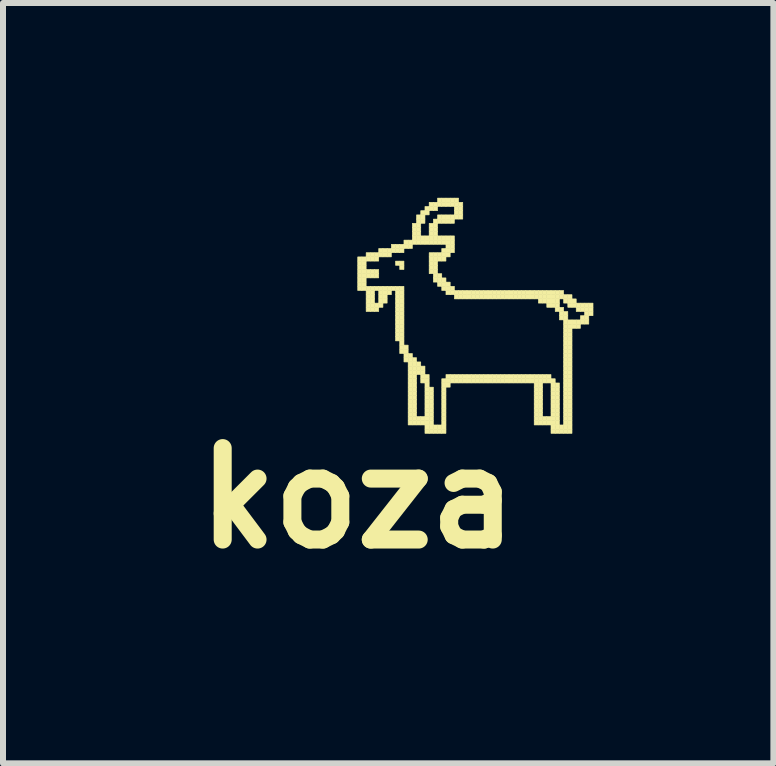
<source format=kicad_pcb>
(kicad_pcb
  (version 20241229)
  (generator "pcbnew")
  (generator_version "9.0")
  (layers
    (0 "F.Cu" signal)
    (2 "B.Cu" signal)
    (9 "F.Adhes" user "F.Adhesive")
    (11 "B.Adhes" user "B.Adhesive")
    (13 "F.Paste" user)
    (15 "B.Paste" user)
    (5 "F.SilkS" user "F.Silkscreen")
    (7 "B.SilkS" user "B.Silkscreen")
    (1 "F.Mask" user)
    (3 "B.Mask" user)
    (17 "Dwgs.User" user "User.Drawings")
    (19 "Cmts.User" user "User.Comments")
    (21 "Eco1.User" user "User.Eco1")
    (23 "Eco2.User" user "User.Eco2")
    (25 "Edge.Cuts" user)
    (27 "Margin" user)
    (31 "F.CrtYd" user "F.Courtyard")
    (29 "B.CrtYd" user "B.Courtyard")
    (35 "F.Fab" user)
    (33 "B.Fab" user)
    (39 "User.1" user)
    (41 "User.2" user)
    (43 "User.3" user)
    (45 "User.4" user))
  (footprint "koza"
    (layer "F.Cu")
    (at 2.91 0.25)
    (property "Reference" "koza" (at 0 5 0) (layer "F.SilkS") (effects (font (size 1.524 1.524) (thickness 0.3))))
    (attr through_hole)
    (fp_poly (pts (xy 0 0.98) (xy 0.07 0.98) (xy 0.07 1.05) (xy 0 1.05) (xy 0 0.98)) (stroke (width 0.01) (type solid)) (fill yes) (layer "F.SilkS"))
    (fp_poly (pts (xy 0 1.05) (xy 0.07 1.05) (xy 0.07 1.12) (xy 0 1.12) (xy 0 1.05)) (stroke (width 0.01) (type solid)) (fill yes) (layer "F.SilkS"))
    (fp_poly (pts (xy 0 1.12) (xy 0.07 1.12) (xy 0.07 1.19) (xy 0 1.19) (xy 0 1.12)) (stroke (width 0.01) (type solid)) (fill yes) (layer "F.SilkS"))
    (fp_poly (pts (xy 0 1.19) (xy 0.07 1.19) (xy 0.07 1.26) (xy 0 1.26) (xy 0 1.19)) (stroke (width 0.01) (type solid)) (fill yes) (layer "F.SilkS"))
    (fp_poly (pts (xy 0 1.26) (xy 0.07 1.26) (xy 0.07 1.33) (xy 0 1.33) (xy 0 1.26)) (stroke (width 0.01) (type solid)) (fill yes) (layer "F.SilkS"))
    (fp_poly (pts (xy 0 1.33) (xy 0.07 1.33) (xy 0.07 1.4) (xy 0 1.4) (xy 0 1.33)) (stroke (width 0.01) (type solid)) (fill yes) (layer "F.SilkS"))
    (fp_poly (pts (xy 0 1.4) (xy 0.07 1.4) (xy 0.07 1.47) (xy 0 1.47) (xy 0 1.4)) (stroke (width 0.01) (type solid)) (fill yes) (layer "F.SilkS"))
    (fp_poly (pts (xy 0 1.47) (xy 0.07 1.47) (xy 0.07 1.54) (xy 0 1.54) (xy 0 1.47)) (stroke (width 0.01) (type solid)) (fill yes) (layer "F.SilkS"))
    (fp_poly (pts (xy 0.07 0.98) (xy 0.14 0.98) (xy 0.14 1.05) (xy 0.07 1.05) (xy 0.07 0.98)) (stroke (width 0.01) (type solid)) (fill yes) (layer "F.SilkS"))
    (fp_poly (pts (xy 0.07 1.05) (xy 0.14 1.05) (xy 0.14 1.12) (xy 0.07 1.12) (xy 0.07 1.05)) (stroke (width 0.01) (type solid)) (fill yes) (layer "F.SilkS"))
    (fp_poly (pts (xy 0.07 1.12) (xy 0.14 1.12) (xy 0.14 1.19) (xy 0.07 1.19) (xy 0.07 1.12)) (stroke (width 0.01) (type solid)) (fill yes) (layer "F.SilkS"))
    (fp_poly (pts (xy 0.07 1.19) (xy 0.14 1.19) (xy 0.14 1.26) (xy 0.07 1.26) (xy 0.07 1.19)) (stroke (width 0.01) (type solid)) (fill yes) (layer "F.SilkS"))
    (fp_poly (pts (xy 0.07 1.26) (xy 0.14 1.26) (xy 0.14 1.33) (xy 0.07 1.33) (xy 0.07 1.26)) (stroke (width 0.01) (type solid)) (fill yes) (layer "F.SilkS"))
    (fp_poly (pts (xy 0.07 1.33) (xy 0.14 1.33) (xy 0.14 1.4) (xy 0.07 1.4) (xy 0.07 1.33)) (stroke (width 0.01) (type solid)) (fill yes) (layer "F.SilkS"))
    (fp_poly (pts (xy 0.07 1.4) (xy 0.14 1.4) (xy 0.14 1.47) (xy 0.07 1.47) (xy 0.07 1.4)) (stroke (width 0.01) (type solid)) (fill yes) (layer "F.SilkS"))
    (fp_poly (pts (xy 0.07 1.47) (xy 0.14 1.47) (xy 0.14 1.54) (xy 0.07 1.54) (xy 0.07 1.47)) (stroke (width 0.01) (type solid)) (fill yes) (layer "F.SilkS"))
    (fp_poly (pts (xy 0.14 0.91) (xy 0.21 0.91) (xy 0.21 0.98) (xy 0.14 0.98) (xy 0.14 0.91)) (stroke (width 0.01) (type solid)) (fill yes) (layer "F.SilkS"))
    (fp_poly (pts (xy 0.14 0.98) (xy 0.21 0.98) (xy 0.21 1.05) (xy 0.14 1.05) (xy 0.14 0.98)) (stroke (width 0.01) (type solid)) (fill yes) (layer "F.SilkS"))
    (fp_poly (pts (xy 0.14 1.19) (xy 0.21 1.19) (xy 0.21 1.26) (xy 0.14 1.26) (xy 0.14 1.19)) (stroke (width 0.01) (type solid)) (fill yes) (layer "F.SilkS"))
    (fp_poly (pts (xy 0.14 1.26) (xy 0.21 1.26) (xy 0.21 1.33) (xy 0.14 1.33) (xy 0.14 1.26)) (stroke (width 0.01) (type solid)) (fill yes) (layer "F.SilkS"))
    (fp_poly (pts (xy 0.14 1.47) (xy 0.21 1.47) (xy 0.21 1.54) (xy 0.14 1.54) (xy 0.14 1.47)) (stroke (width 0.01) (type solid)) (fill yes) (layer "F.SilkS"))
    (fp_poly (pts (xy 0.14 1.54) (xy 0.21 1.54) (xy 0.21 1.61) (xy 0.14 1.61) (xy 0.14 1.54)) (stroke (width 0.01) (type solid)) (fill yes) (layer "F.SilkS"))
    (fp_poly (pts (xy 0.14 1.61) (xy 0.21 1.61) (xy 0.21 1.68) (xy 0.14 1.68) (xy 0.14 1.61)) (stroke (width 0.01) (type solid)) (fill yes) (layer "F.SilkS"))
    (fp_poly (pts (xy 0.14 1.68) (xy 0.21 1.68) (xy 0.21 1.75) (xy 0.14 1.75) (xy 0.14 1.68)) (stroke (width 0.01) (type solid)) (fill yes) (layer "F.SilkS"))
    (fp_poly (pts (xy 0.14 1.75) (xy 0.21 1.75) (xy 0.21 1.82) (xy 0.14 1.82) (xy 0.14 1.75)) (stroke (width 0.01) (type solid)) (fill yes) (layer "F.SilkS"))
    (fp_poly (pts (xy 0.14 1.82) (xy 0.21 1.82) (xy 0.21 1.89) (xy 0.14 1.89) (xy 0.14 1.82)) (stroke (width 0.01) (type solid)) (fill yes) (layer "F.SilkS"))
    (fp_poly (pts (xy 0.21 0.91) (xy 0.28 0.91) (xy 0.28 0.98) (xy 0.21 0.98) (xy 0.21 0.91)) (stroke (width 0.01) (type solid)) (fill yes) (layer "F.SilkS"))
    (fp_poly (pts (xy 0.21 0.98) (xy 0.28 0.98) (xy 0.28 1.05) (xy 0.21 1.05) (xy 0.21 0.98)) (stroke (width 0.01) (type solid)) (fill yes) (layer "F.SilkS"))
    (fp_poly (pts (xy 0.21 1.19) (xy 0.28 1.19) (xy 0.28 1.26) (xy 0.21 1.26) (xy 0.21 1.19)) (stroke (width 0.01) (type solid)) (fill yes) (layer "F.SilkS"))
    (fp_poly (pts (xy 0.21 1.26) (xy 0.28 1.26) (xy 0.28 1.33) (xy 0.21 1.33) (xy 0.21 1.26)) (stroke (width 0.01) (type solid)) (fill yes) (layer "F.SilkS"))
    (fp_poly (pts (xy 0.21 1.47) (xy 0.28 1.47) (xy 0.28 1.54) (xy 0.21 1.54) (xy 0.21 1.47)) (stroke (width 0.01) (type solid)) (fill yes) (layer "F.SilkS"))
    (fp_poly (pts (xy 0.21 1.54) (xy 0.28 1.54) (xy 0.28 1.61) (xy 0.21 1.61) (xy 0.21 1.54)) (stroke (width 0.01) (type solid)) (fill yes) (layer "F.SilkS"))
    (fp_poly (pts (xy 0.21 1.61) (xy 0.28 1.61) (xy 0.28 1.68) (xy 0.21 1.68) (xy 0.21 1.61)) (stroke (width 0.01) (type solid)) (fill yes) (layer "F.SilkS"))
    (fp_poly (pts (xy 0.21 1.68) (xy 0.28 1.68) (xy 0.28 1.75) (xy 0.21 1.75) (xy 0.21 1.68)) (stroke (width 0.01) (type solid)) (fill yes) (layer "F.SilkS"))
    (fp_poly (pts (xy 0.21 1.75) (xy 0.28 1.75) (xy 0.28 1.82) (xy 0.21 1.82) (xy 0.21 1.75)) (stroke (width 0.01) (type solid)) (fill yes) (layer "F.SilkS"))
    (fp_poly (pts (xy 0.21 1.82) (xy 0.28 1.82) (xy 0.28 1.89) (xy 0.21 1.89) (xy 0.21 1.82)) (stroke (width 0.01) (type solid)) (fill yes) (layer "F.SilkS"))
    (fp_poly (pts (xy 0.28 0.91) (xy 0.35 0.91) (xy 0.35 0.98) (xy 0.28 0.98) (xy 0.28 0.91)) (stroke (width 0.01) (type solid)) (fill yes) (layer "F.SilkS"))
    (fp_poly (pts (xy 0.28 0.98) (xy 0.35 0.98) (xy 0.35 1.05) (xy 0.28 1.05) (xy 0.28 0.98)) (stroke (width 0.01) (type solid)) (fill yes) (layer "F.SilkS"))
    (fp_poly (pts (xy 0.28 1.19) (xy 0.35 1.19) (xy 0.35 1.26) (xy 0.28 1.26) (xy 0.28 1.19)) (stroke (width 0.01) (type solid)) (fill yes) (layer "F.SilkS"))
    (fp_poly (pts (xy 0.28 1.26) (xy 0.35 1.26) (xy 0.35 1.33) (xy 0.28 1.33) (xy 0.28 1.26)) (stroke (width 0.01) (type solid)) (fill yes) (layer "F.SilkS"))
    (fp_poly (pts (xy 0.28 1.47) (xy 0.35 1.47) (xy 0.35 1.54) (xy 0.28 1.54) (xy 0.28 1.47)) (stroke (width 0.01) (type solid)) (fill yes) (layer "F.SilkS"))
    (fp_poly (pts (xy 0.28 1.75) (xy 0.35 1.75) (xy 0.35 1.82) (xy 0.28 1.82) (xy 0.28 1.75)) (stroke (width 0.01) (type solid)) (fill yes) (layer "F.SilkS"))
    (fp_poly (pts (xy 0.28 1.82) (xy 0.35 1.82) (xy 0.35 1.89) (xy 0.28 1.89) (xy 0.28 1.82)) (stroke (width 0.01) (type solid)) (fill yes) (layer "F.SilkS"))
    (fp_poly (pts (xy 0.35 0.84) (xy 0.42 0.84) (xy 0.42 0.91) (xy 0.35 0.91) (xy 0.35 0.84)) (stroke (width 0.01) (type solid)) (fill yes) (layer "F.SilkS"))
    (fp_poly (pts (xy 0.35 0.91) (xy 0.42 0.91) (xy 0.42 0.98) (xy 0.35 0.98) (xy 0.35 0.91)) (stroke (width 0.01) (type solid)) (fill yes) (layer "F.SilkS"))
    (fp_poly (pts (xy 0.35 1.47) (xy 0.42 1.47) (xy 0.42 1.54) (xy 0.35 1.54) (xy 0.35 1.47)) (stroke (width 0.01) (type solid)) (fill yes) (layer "F.SilkS"))
    (fp_poly (pts (xy 0.35 1.54) (xy 0.42 1.54) (xy 0.42 1.61) (xy 0.35 1.61) (xy 0.35 1.54)) (stroke (width 0.01) (type solid)) (fill yes) (layer "F.SilkS"))
    (fp_poly (pts (xy 0.35 1.61) (xy 0.42 1.61) (xy 0.42 1.68) (xy 0.35 1.68) (xy 0.35 1.61)) (stroke (width 0.01) (type solid)) (fill yes) (layer "F.SilkS"))
    (fp_poly (pts (xy 0.35 1.68) (xy 0.42 1.68) (xy 0.42 1.75) (xy 0.35 1.75) (xy 0.35 1.68)) (stroke (width 0.01) (type solid)) (fill yes) (layer "F.SilkS"))
    (fp_poly (pts (xy 0.35 1.75) (xy 0.42 1.75) (xy 0.42 1.82) (xy 0.35 1.82) (xy 0.35 1.75)) (stroke (width 0.01) (type solid)) (fill yes) (layer "F.SilkS"))
    (fp_poly (pts (xy 0.42 0.84) (xy 0.49 0.84) (xy 0.49 0.91) (xy 0.42 0.91) (xy 0.42 0.84)) (stroke (width 0.01) (type solid)) (fill yes) (layer "F.SilkS"))
    (fp_poly (pts (xy 0.42 0.91) (xy 0.49 0.91) (xy 0.49 0.98) (xy 0.42 0.98) (xy 0.42 0.91)) (stroke (width 0.01) (type solid)) (fill yes) (layer "F.SilkS"))
    (fp_poly (pts (xy 0.42 1.47) (xy 0.49 1.47) (xy 0.49 1.54) (xy 0.42 1.54) (xy 0.42 1.47)) (stroke (width 0.01) (type solid)) (fill yes) (layer "F.SilkS"))
    (fp_poly (pts (xy 0.42 1.54) (xy 0.49 1.54) (xy 0.49 1.61) (xy 0.42 1.61) (xy 0.42 1.54)) (stroke (width 0.01) (type solid)) (fill yes) (layer "F.SilkS"))
    (fp_poly (pts (xy 0.42 1.61) (xy 0.49 1.61) (xy 0.49 1.68) (xy 0.42 1.68) (xy 0.42 1.61)) (stroke (width 0.01) (type solid)) (fill yes) (layer "F.SilkS"))
    (fp_poly (pts (xy 0.42 1.68) (xy 0.49 1.68) (xy 0.49 1.75) (xy 0.42 1.75) (xy 0.42 1.68)) (stroke (width 0.01) (type solid)) (fill yes) (layer "F.SilkS"))
    (fp_poly (pts (xy 0.49 0.84) (xy 0.56 0.84) (xy 0.56 0.91) (xy 0.49 0.91) (xy 0.49 0.84)) (stroke (width 0.01) (type solid)) (fill yes) (layer "F.SilkS"))
    (fp_poly (pts (xy 0.49 0.91) (xy 0.56 0.91) (xy 0.56 0.98) (xy 0.49 0.98) (xy 0.49 0.91)) (stroke (width 0.01) (type solid)) (fill yes) (layer "F.SilkS"))
    (fp_poly (pts (xy 0.49 1.47) (xy 0.56 1.47) (xy 0.56 1.54) (xy 0.49 1.54) (xy 0.49 1.47)) (stroke (width 0.01) (type solid)) (fill yes) (layer "F.SilkS"))
    (fp_poly (pts (xy 0.49 1.54) (xy 0.56 1.54) (xy 0.56 1.61) (xy 0.49 1.61) (xy 0.49 1.54)) (stroke (width 0.01) (type solid)) (fill yes) (layer "F.SilkS"))
    (fp_poly (pts (xy 0.56 0.77) (xy 0.63 0.77) (xy 0.63 0.84) (xy 0.56 0.84) (xy 0.56 0.77)) (stroke (width 0.01) (type solid)) (fill yes) (layer "F.SilkS"))
    (fp_poly (pts (xy 0.56 0.84) (xy 0.63 0.84) (xy 0.63 0.91) (xy 0.56 0.91) (xy 0.56 0.84)) (stroke (width 0.01) (type solid)) (fill yes) (layer "F.SilkS"))
    (fp_poly (pts (xy 0.56 1.47) (xy 0.63 1.47) (xy 0.63 1.54) (xy 0.56 1.54) (xy 0.56 1.47)) (stroke (width 0.01) (type solid)) (fill yes) (layer "F.SilkS"))
    (fp_poly (pts (xy 0.63 0.77) (xy 0.7 0.77) (xy 0.7 0.84) (xy 0.63 0.84) (xy 0.63 0.77)) (stroke (width 0.01) (type solid)) (fill yes) (layer "F.SilkS"))
    (fp_poly (pts (xy 0.63 0.84) (xy 0.7 0.84) (xy 0.7 0.91) (xy 0.63 0.91) (xy 0.63 0.84)) (stroke (width 0.01) (type solid)) (fill yes) (layer "F.SilkS"))
    (fp_poly (pts (xy 0.63 1.05) (xy 0.7 1.05) (xy 0.7 1.12) (xy 0.63 1.12) (xy 0.63 1.05)) (stroke (width 0.01) (type solid)) (fill yes) (layer "F.SilkS"))
    (fp_poly (pts (xy 0.63 1.47) (xy 0.7 1.47) (xy 0.7 1.54) (xy 0.63 1.54) (xy 0.63 1.47)) (stroke (width 0.01) (type solid)) (fill yes) (layer "F.SilkS"))
    (fp_poly (pts (xy 0.63 1.54) (xy 0.7 1.54) (xy 0.7 1.61) (xy 0.63 1.61) (xy 0.63 1.54)) (stroke (width 0.01) (type solid)) (fill yes) (layer "F.SilkS"))
    (fp_poly (pts (xy 0.63 1.61) (xy 0.7 1.61) (xy 0.7 1.68) (xy 0.63 1.68) (xy 0.63 1.61)) (stroke (width 0.01) (type solid)) (fill yes) (layer "F.SilkS"))
    (fp_poly (pts (xy 0.63 1.68) (xy 0.7 1.68) (xy 0.7 1.75) (xy 0.63 1.75) (xy 0.63 1.68)) (stroke (width 0.01) (type solid)) (fill yes) (layer "F.SilkS"))
    (fp_poly (pts (xy 0.63 1.75) (xy 0.7 1.75) (xy 0.7 1.82) (xy 0.63 1.82) (xy 0.63 1.75)) (stroke (width 0.01) (type solid)) (fill yes) (layer "F.SilkS"))
    (fp_poly (pts (xy 0.63 1.82) (xy 0.7 1.82) (xy 0.7 1.89) (xy 0.63 1.89) (xy 0.63 1.82)) (stroke (width 0.01) (type solid)) (fill yes) (layer "F.SilkS"))
    (fp_poly (pts (xy 0.63 1.89) (xy 0.7 1.89) (xy 0.7 1.96) (xy 0.63 1.96) (xy 0.63 1.89)) (stroke (width 0.01) (type solid)) (fill yes) (layer "F.SilkS"))
    (fp_poly (pts (xy 0.63 1.96) (xy 0.7 1.96) (xy 0.7 2.03) (xy 0.63 2.03) (xy 0.63 1.96)) (stroke (width 0.01) (type solid)) (fill yes) (layer "F.SilkS"))
    (fp_poly (pts (xy 0.63 2.03) (xy 0.7 2.03) (xy 0.7 2.1) (xy 0.63 2.1) (xy 0.63 2.03)) (stroke (width 0.01) (type solid)) (fill yes) (layer "F.SilkS"))
    (fp_poly (pts (xy 0.63 2.1) (xy 0.7 2.1) (xy 0.7 2.17) (xy 0.63 2.17) (xy 0.63 2.1)) (stroke (width 0.01) (type solid)) (fill yes) (layer "F.SilkS"))
    (fp_poly (pts (xy 0.63 2.17) (xy 0.7 2.17) (xy 0.7 2.24) (xy 0.63 2.24) (xy 0.63 2.17)) (stroke (width 0.01) (type solid)) (fill yes) (layer "F.SilkS"))
    (fp_poly (pts (xy 0.63 2.24) (xy 0.7 2.24) (xy 0.7 2.31) (xy 0.63 2.31) (xy 0.63 2.24)) (stroke (width 0.01) (type solid)) (fill yes) (layer "F.SilkS"))
    (fp_poly (pts (xy 0.63 2.31) (xy 0.7 2.31) (xy 0.7 2.38) (xy 0.63 2.38) (xy 0.63 2.31)) (stroke (width 0.01) (type solid)) (fill yes) (layer "F.SilkS"))
    (fp_poly (pts (xy 0.7 0.77) (xy 0.77 0.77) (xy 0.77 0.84) (xy 0.7 0.84) (xy 0.7 0.77)) (stroke (width 0.01) (type solid)) (fill yes) (layer "F.SilkS"))
    (fp_poly (pts (xy 0.7 0.84) (xy 0.77 0.84) (xy 0.77 0.91) (xy 0.7 0.91) (xy 0.7 0.84)) (stroke (width 0.01) (type solid)) (fill yes) (layer "F.SilkS"))
    (fp_poly (pts (xy 0.7 1.05) (xy 0.77 1.05) (xy 0.77 1.12) (xy 0.7 1.12) (xy 0.7 1.05)) (stroke (width 0.01) (type solid)) (fill yes) (layer "F.SilkS"))
    (fp_poly (pts (xy 0.7 1.12) (xy 0.77 1.12) (xy 0.77 1.19) (xy 0.7 1.19) (xy 0.7 1.12)) (stroke (width 0.01) (type solid)) (fill yes) (layer "F.SilkS"))
    (fp_poly (pts (xy 0.7 1.47) (xy 0.77 1.47) (xy 0.77 1.54) (xy 0.7 1.54) (xy 0.7 1.47)) (stroke (width 0.01) (type solid)) (fill yes) (layer "F.SilkS"))
    (fp_poly (pts (xy 0.7 1.54) (xy 0.77 1.54) (xy 0.77 1.61) (xy 0.7 1.61) (xy 0.7 1.54)) (stroke (width 0.01) (type solid)) (fill yes) (layer "F.SilkS"))
    (fp_poly (pts (xy 0.7 1.61) (xy 0.77 1.61) (xy 0.77 1.68) (xy 0.7 1.68) (xy 0.7 1.61)) (stroke (width 0.01) (type solid)) (fill yes) (layer "F.SilkS"))
    (fp_poly (pts (xy 0.7 1.68) (xy 0.77 1.68) (xy 0.77 1.75) (xy 0.7 1.75) (xy 0.7 1.68)) (stroke (width 0.01) (type solid)) (fill yes) (layer "F.SilkS"))
    (fp_poly (pts (xy 0.7 1.75) (xy 0.77 1.75) (xy 0.77 1.82) (xy 0.7 1.82) (xy 0.7 1.75)) (stroke (width 0.01) (type solid)) (fill yes) (layer "F.SilkS"))
    (fp_poly (pts (xy 0.7 1.82) (xy 0.77 1.82) (xy 0.77 1.89) (xy 0.7 1.89) (xy 0.7 1.82)) (stroke (width 0.01) (type solid)) (fill yes) (layer "F.SilkS"))
    (fp_poly (pts (xy 0.7 1.89) (xy 0.77 1.89) (xy 0.77 1.96) (xy 0.7 1.96) (xy 0.7 1.89)) (stroke (width 0.01) (type solid)) (fill yes) (layer "F.SilkS"))
    (fp_poly (pts (xy 0.7 1.96) (xy 0.77 1.96) (xy 0.77 2.03) (xy 0.7 2.03) (xy 0.7 1.96)) (stroke (width 0.01) (type solid)) (fill yes) (layer "F.SilkS"))
    (fp_poly (pts (xy 0.7 2.03) (xy 0.77 2.03) (xy 0.77 2.1) (xy 0.7 2.1) (xy 0.7 2.03)) (stroke (width 0.01) (type solid)) (fill yes) (layer "F.SilkS"))
    (fp_poly (pts (xy 0.7 2.1) (xy 0.77 2.1) (xy 0.77 2.17) (xy 0.7 2.17) (xy 0.7 2.1)) (stroke (width 0.01) (type solid)) (fill yes) (layer "F.SilkS"))
    (fp_poly (pts (xy 0.7 2.17) (xy 0.77 2.17) (xy 0.77 2.24) (xy 0.7 2.24) (xy 0.7 2.17)) (stroke (width 0.01) (type solid)) (fill yes) (layer "F.SilkS"))
    (fp_poly (pts (xy 0.7 2.24) (xy 0.77 2.24) (xy 0.77 2.31) (xy 0.7 2.31) (xy 0.7 2.24)) (stroke (width 0.01) (type solid)) (fill yes) (layer "F.SilkS"))
    (fp_poly (pts (xy 0.7 2.31) (xy 0.77 2.31) (xy 0.77 2.38) (xy 0.7 2.38) (xy 0.7 2.31)) (stroke (width 0.01) (type solid)) (fill yes) (layer "F.SilkS"))
    (fp_poly (pts (xy 0.7 2.38) (xy 0.77 2.38) (xy 0.77 2.45) (xy 0.7 2.45) (xy 0.7 2.38)) (stroke (width 0.01) (type solid)) (fill yes) (layer "F.SilkS"))
    (fp_poly (pts (xy 0.7 2.45) (xy 0.77 2.45) (xy 0.77 2.52) (xy 0.7 2.52) (xy 0.7 2.45)) (stroke (width 0.01) (type solid)) (fill yes) (layer "F.SilkS"))
    (fp_poly (pts (xy 0.7 2.52) (xy 0.77 2.52) (xy 0.77 2.59) (xy 0.7 2.59) (xy 0.7 2.52)) (stroke (width 0.01) (type solid)) (fill yes) (layer "F.SilkS"))
    (fp_poly (pts (xy 0.77 0.7) (xy 0.84 0.7) (xy 0.84 0.77) (xy 0.77 0.77) (xy 0.77 0.7)) (stroke (width 0.01) (type solid)) (fill yes) (layer "F.SilkS"))
    (fp_poly (pts (xy 0.77 0.77) (xy 0.84 0.77) (xy 0.84 0.84) (xy 0.77 0.84) (xy 0.77 0.77)) (stroke (width 0.01) (type solid)) (fill yes) (layer "F.SilkS"))
    (fp_poly (pts (xy 0.77 2.45) (xy 0.84 2.45) (xy 0.84 2.52) (xy 0.77 2.52) (xy 0.77 2.45)) (stroke (width 0.01) (type solid)) (fill yes) (layer "F.SilkS"))
    (fp_poly (pts (xy 0.77 2.52) (xy 0.84 2.52) (xy 0.84 2.59) (xy 0.77 2.59) (xy 0.77 2.52)) (stroke (width 0.01) (type solid)) (fill yes) (layer "F.SilkS"))
    (fp_poly (pts (xy 0.77 2.59) (xy 0.84 2.59) (xy 0.84 2.66) (xy 0.77 2.66) (xy 0.77 2.59)) (stroke (width 0.01) (type solid)) (fill yes) (layer "F.SilkS"))
    (fp_poly (pts (xy 0.77 2.66) (xy 0.84 2.66) (xy 0.84 2.73) (xy 0.77 2.73) (xy 0.77 2.66)) (stroke (width 0.01) (type solid)) (fill yes) (layer "F.SilkS"))
    (fp_poly (pts (xy 0.84 0.7) (xy 0.91 0.7) (xy 0.91 0.77) (xy 0.84 0.77) (xy 0.84 0.7)) (stroke (width 0.01) (type solid)) (fill yes) (layer "F.SilkS"))
    (fp_poly (pts (xy 0.84 0.77) (xy 0.91 0.77) (xy 0.91 0.84) (xy 0.84 0.84) (xy 0.84 0.77)) (stroke (width 0.01) (type solid)) (fill yes) (layer "F.SilkS"))
    (fp_poly (pts (xy 0.84 2.59) (xy 0.91 2.59) (xy 0.91 2.66) (xy 0.84 2.66) (xy 0.84 2.59)) (stroke (width 0.01) (type solid)) (fill yes) (layer "F.SilkS"))
    (fp_poly (pts (xy 0.84 2.66) (xy 0.91 2.66) (xy 0.91 2.73) (xy 0.84 2.73) (xy 0.84 2.66)) (stroke (width 0.01) (type solid)) (fill yes) (layer "F.SilkS"))
    (fp_poly (pts (xy 0.84 2.73) (xy 0.91 2.73) (xy 0.91 2.8) (xy 0.84 2.8) (xy 0.84 2.73)) (stroke (width 0.01) (type solid)) (fill yes) (layer "F.SilkS"))
    (fp_poly (pts (xy 0.84 2.8) (xy 0.91 2.8) (xy 0.91 2.87) (xy 0.84 2.87) (xy 0.84 2.8)) (stroke (width 0.01) (type solid)) (fill yes) (layer "F.SilkS"))
    (fp_poly (pts (xy 0.84 2.87) (xy 0.91 2.87) (xy 0.91 2.94) (xy 0.84 2.94) (xy 0.84 2.87)) (stroke (width 0.01) (type solid)) (fill yes) (layer "F.SilkS"))
    (fp_poly (pts (xy 0.84 2.94) (xy 0.91 2.94) (xy 0.91 3.01) (xy 0.84 3.01) (xy 0.84 2.94)) (stroke (width 0.01) (type solid)) (fill yes) (layer "F.SilkS"))
    (fp_poly (pts (xy 0.84 3.01) (xy 0.91 3.01) (xy 0.91 3.08) (xy 0.84 3.08) (xy 0.84 3.01)) (stroke (width 0.01) (type solid)) (fill yes) (layer "F.SilkS"))
    (fp_poly (pts (xy 0.84 3.08) (xy 0.91 3.08) (xy 0.91 3.15) (xy 0.84 3.15) (xy 0.84 3.08)) (stroke (width 0.01) (type solid)) (fill yes) (layer "F.SilkS"))
    (fp_poly (pts (xy 0.84 3.15) (xy 0.91 3.15) (xy 0.91 3.22) (xy 0.84 3.22) (xy 0.84 3.15)) (stroke (width 0.01) (type solid)) (fill yes) (layer "F.SilkS"))
    (fp_poly (pts (xy 0.84 3.22) (xy 0.91 3.22) (xy 0.91 3.29) (xy 0.84 3.29) (xy 0.84 3.22)) (stroke (width 0.01) (type solid)) (fill yes) (layer "F.SilkS"))
    (fp_poly (pts (xy 0.84 3.29) (xy 0.91 3.29) (xy 0.91 3.36) (xy 0.84 3.36) (xy 0.84 3.29)) (stroke (width 0.01) (type solid)) (fill yes) (layer "F.SilkS"))
    (fp_poly (pts (xy 0.84 3.36) (xy 0.91 3.36) (xy 0.91 3.43) (xy 0.84 3.43) (xy 0.84 3.36)) (stroke (width 0.01) (type solid)) (fill yes) (layer "F.SilkS"))
    (fp_poly (pts (xy 0.84 3.43) (xy 0.91 3.43) (xy 0.91 3.5) (xy 0.84 3.5) (xy 0.84 3.43)) (stroke (width 0.01) (type solid)) (fill yes) (layer "F.SilkS"))
    (fp_poly (pts (xy 0.84 3.5) (xy 0.91 3.5) (xy 0.91 3.57) (xy 0.84 3.57) (xy 0.84 3.5)) (stroke (width 0.01) (type solid)) (fill yes) (layer "F.SilkS"))
    (fp_poly (pts (xy 0.84 3.57) (xy 0.91 3.57) (xy 0.91 3.64) (xy 0.84 3.64) (xy 0.84 3.57)) (stroke (width 0.01) (type solid)) (fill yes) (layer "F.SilkS"))
    (fp_poly (pts (xy 0.84 3.64) (xy 0.91 3.64) (xy 0.91 3.71) (xy 0.84 3.71) (xy 0.84 3.64)) (stroke (width 0.01) (type solid)) (fill yes) (layer "F.SilkS"))
    (fp_poly (pts (xy 0.84 3.71) (xy 0.91 3.71) (xy 0.91 3.78) (xy 0.84 3.78) (xy 0.84 3.71)) (stroke (width 0.01) (type solid)) (fill yes) (layer "F.SilkS"))
    (fp_poly (pts (xy 0.91 0.42) (xy 0.98 0.42) (xy 0.98 0.49) (xy 0.91 0.49) (xy 0.91 0.42)) (stroke (width 0.01) (type solid)) (fill yes) (layer "F.SilkS"))
    (fp_poly (pts (xy 0.91 0.49) (xy 0.98 0.49) (xy 0.98 0.56) (xy 0.91 0.56) (xy 0.91 0.49)) (stroke (width 0.01) (type solid)) (fill yes) (layer "F.SilkS"))
    (fp_poly (pts (xy 0.91 0.56) (xy 0.98 0.56) (xy 0.98 0.63) (xy 0.91 0.63) (xy 0.91 0.56)) (stroke (width 0.01) (type solid)) (fill yes) (layer "F.SilkS"))
    (fp_poly (pts (xy 0.91 0.63) (xy 0.98 0.63) (xy 0.98 0.7) (xy 0.91 0.7) (xy 0.91 0.63)) (stroke (width 0.01) (type solid)) (fill yes) (layer "F.SilkS"))
    (fp_poly (pts (xy 0.91 0.7) (xy 0.98 0.7) (xy 0.98 0.77) (xy 0.91 0.77) (xy 0.91 0.7)) (stroke (width 0.01) (type solid)) (fill yes) (layer "F.SilkS"))
    (fp_poly (pts (xy 0.91 2.66) (xy 0.98 2.66) (xy 0.98 2.73) (xy 0.91 2.73) (xy 0.91 2.66)) (stroke (width 0.01) (type solid)) (fill yes) (layer "F.SilkS"))
    (fp_poly (pts (xy 0.91 2.73) (xy 0.98 2.73) (xy 0.98 2.8) (xy 0.91 2.8) (xy 0.91 2.73)) (stroke (width 0.01) (type solid)) (fill yes) (layer "F.SilkS"))
    (fp_poly (pts (xy 0.91 2.8) (xy 0.98 2.8) (xy 0.98 2.87) (xy 0.91 2.87) (xy 0.91 2.8)) (stroke (width 0.01) (type solid)) (fill yes) (layer "F.SilkS"))
    (fp_poly (pts (xy 0.91 2.87) (xy 0.98 2.87) (xy 0.98 2.94) (xy 0.91 2.94) (xy 0.91 2.87)) (stroke (width 0.01) (type solid)) (fill yes) (layer "F.SilkS"))
    (fp_poly (pts (xy 0.91 2.94) (xy 0.98 2.94) (xy 0.98 3.01) (xy 0.91 3.01) (xy 0.91 2.94)) (stroke (width 0.01) (type solid)) (fill yes) (layer "F.SilkS"))
    (fp_poly (pts (xy 0.91 3.01) (xy 0.98 3.01) (xy 0.98 3.08) (xy 0.91 3.08) (xy 0.91 3.01)) (stroke (width 0.01) (type solid)) (fill yes) (layer "F.SilkS"))
    (fp_poly (pts (xy 0.91 3.08) (xy 0.98 3.08) (xy 0.98 3.15) (xy 0.91 3.15) (xy 0.91 3.08)) (stroke (width 0.01) (type solid)) (fill yes) (layer "F.SilkS"))
    (fp_poly (pts (xy 0.91 3.15) (xy 0.98 3.15) (xy 0.98 3.22) (xy 0.91 3.22) (xy 0.91 3.15)) (stroke (width 0.01) (type solid)) (fill yes) (layer "F.SilkS"))
    (fp_poly (pts (xy 0.91 3.22) (xy 0.98 3.22) (xy 0.98 3.29) (xy 0.91 3.29) (xy 0.91 3.22)) (stroke (width 0.01) (type solid)) (fill yes) (layer "F.SilkS"))
    (fp_poly (pts (xy 0.91 3.29) (xy 0.98 3.29) (xy 0.98 3.36) (xy 0.91 3.36) (xy 0.91 3.29)) (stroke (width 0.01) (type solid)) (fill yes) (layer "F.SilkS"))
    (fp_poly (pts (xy 0.91 3.36) (xy 0.98 3.36) (xy 0.98 3.43) (xy 0.91 3.43) (xy 0.91 3.36)) (stroke (width 0.01) (type solid)) (fill yes) (layer "F.SilkS"))
    (fp_poly (pts (xy 0.91 3.43) (xy 0.98 3.43) (xy 0.98 3.5) (xy 0.91 3.5) (xy 0.91 3.43)) (stroke (width 0.01) (type solid)) (fill yes) (layer "F.SilkS"))
    (fp_poly (pts (xy 0.91 3.5) (xy 0.98 3.5) (xy 0.98 3.57) (xy 0.91 3.57) (xy 0.91 3.5)) (stroke (width 0.01) (type solid)) (fill yes) (layer "F.SilkS"))
    (fp_poly (pts (xy 0.91 3.57) (xy 0.98 3.57) (xy 0.98 3.64) (xy 0.91 3.64) (xy 0.91 3.57)) (stroke (width 0.01) (type solid)) (fill yes) (layer "F.SilkS"))
    (fp_poly (pts (xy 0.91 3.64) (xy 0.98 3.64) (xy 0.98 3.71) (xy 0.91 3.71) (xy 0.91 3.64)) (stroke (width 0.01) (type solid)) (fill yes) (layer "F.SilkS"))
    (fp_poly (pts (xy 0.91 3.71) (xy 0.98 3.71) (xy 0.98 3.78) (xy 0.91 3.78) (xy 0.91 3.71)) (stroke (width 0.01) (type solid)) (fill yes) (layer "F.SilkS"))
    (fp_poly (pts (xy 0.98 0.28) (xy 1.05 0.28) (xy 1.05 0.35) (xy 0.98 0.35) (xy 0.98 0.28)) (stroke (width 0.01) (type solid)) (fill yes) (layer "F.SilkS"))
    (fp_poly (pts (xy 0.98 0.35) (xy 1.05 0.35) (xy 1.05 0.42) (xy 0.98 0.42) (xy 0.98 0.35)) (stroke (width 0.01) (type solid)) (fill yes) (layer "F.SilkS"))
    (fp_poly (pts (xy 0.98 0.42) (xy 1.05 0.42) (xy 1.05 0.49) (xy 0.98 0.49) (xy 0.98 0.42)) (stroke (width 0.01) (type solid)) (fill yes) (layer "F.SilkS"))
    (fp_poly (pts (xy 0.98 0.49) (xy 1.05 0.49) (xy 1.05 0.56) (xy 0.98 0.56) (xy 0.98 0.49)) (stroke (width 0.01) (type solid)) (fill yes) (layer "F.SilkS"))
    (fp_poly (pts (xy 0.98 0.56) (xy 1.05 0.56) (xy 1.05 0.63) (xy 0.98 0.63) (xy 0.98 0.56)) (stroke (width 0.01) (type solid)) (fill yes) (layer "F.SilkS"))
    (fp_poly (pts (xy 0.98 0.63) (xy 1.05 0.63) (xy 1.05 0.7) (xy 0.98 0.7) (xy 0.98 0.63)) (stroke (width 0.01) (type solid)) (fill yes) (layer "F.SilkS"))
    (fp_poly (pts (xy 0.98 0.7) (xy 1.05 0.7) (xy 1.05 0.77) (xy 0.98 0.77) (xy 0.98 0.7)) (stroke (width 0.01) (type solid)) (fill yes) (layer "F.SilkS"))
    (fp_poly (pts (xy 0.98 2.73) (xy 1.05 2.73) (xy 1.05 2.8) (xy 0.98 2.8) (xy 0.98 2.73)) (stroke (width 0.01) (type solid)) (fill yes) (layer "F.SilkS"))
    (fp_poly (pts (xy 0.98 2.8) (xy 1.05 2.8) (xy 1.05 2.87) (xy 0.98 2.87) (xy 0.98 2.8)) (stroke (width 0.01) (type solid)) (fill yes) (layer "F.SilkS"))
    (fp_poly (pts (xy 0.98 2.87) (xy 1.05 2.87) (xy 1.05 2.94) (xy 0.98 2.94) (xy 0.98 2.87)) (stroke (width 0.01) (type solid)) (fill yes) (layer "F.SilkS"))
    (fp_poly (pts (xy 0.98 3.64) (xy 1.05 3.64) (xy 1.05 3.71) (xy 0.98 3.71) (xy 0.98 3.64)) (stroke (width 0.01) (type solid)) (fill yes) (layer "F.SilkS"))
    (fp_poly (pts (xy 0.98 3.71) (xy 1.05 3.71) (xy 1.05 3.78) (xy 0.98 3.78) (xy 0.98 3.71)) (stroke (width 0.01) (type solid)) (fill yes) (layer "F.SilkS"))
    (fp_poly (pts (xy 1.05 0.21) (xy 1.12 0.21) (xy 1.12 0.28) (xy 1.05 0.28) (xy 1.05 0.21)) (stroke (width 0.01) (type solid)) (fill yes) (layer "F.SilkS"))
    (fp_poly (pts (xy 1.05 0.28) (xy 1.12 0.28) (xy 1.12 0.35) (xy 1.05 0.35) (xy 1.05 0.28)) (stroke (width 0.01) (type solid)) (fill yes) (layer "F.SilkS"))
    (fp_poly (pts (xy 1.05 0.35) (xy 1.12 0.35) (xy 1.12 0.42) (xy 1.05 0.42) (xy 1.05 0.35)) (stroke (width 0.01) (type solid)) (fill yes) (layer "F.SilkS"))
    (fp_poly (pts (xy 1.05 0.63) (xy 1.12 0.63) (xy 1.12 0.7) (xy 1.05 0.7) (xy 1.05 0.63)) (stroke (width 0.01) (type solid)) (fill yes) (layer "F.SilkS"))
    (fp_poly (pts (xy 1.05 0.7) (xy 1.12 0.7) (xy 1.12 0.77) (xy 1.05 0.77) (xy 1.05 0.7)) (stroke (width 0.01) (type solid)) (fill yes) (layer "F.SilkS"))
    (fp_poly (pts (xy 1.05 2.8) (xy 1.12 2.8) (xy 1.12 2.87) (xy 1.05 2.87) (xy 1.05 2.8)) (stroke (width 0.01) (type solid)) (fill yes) (layer "F.SilkS"))
    (fp_poly (pts (xy 1.05 2.87) (xy 1.12 2.87) (xy 1.12 2.94) (xy 1.05 2.94) (xy 1.05 2.87)) (stroke (width 0.01) (type solid)) (fill yes) (layer "F.SilkS"))
    (fp_poly (pts (xy 1.05 2.94) (xy 1.12 2.94) (xy 1.12 3.01) (xy 1.05 3.01) (xy 1.05 2.94)) (stroke (width 0.01) (type solid)) (fill yes) (layer "F.SilkS"))
    (fp_poly (pts (xy 1.05 3.01) (xy 1.12 3.01) (xy 1.12 3.08) (xy 1.05 3.08) (xy 1.05 3.01)) (stroke (width 0.01) (type solid)) (fill yes) (layer "F.SilkS"))
    (fp_poly (pts (xy 1.05 3.64) (xy 1.12 3.64) (xy 1.12 3.71) (xy 1.05 3.71) (xy 1.05 3.64)) (stroke (width 0.01) (type solid)) (fill yes) (layer "F.SilkS"))
    (fp_poly (pts (xy 1.05 3.71) (xy 1.12 3.71) (xy 1.12 3.78) (xy 1.05 3.78) (xy 1.05 3.71)) (stroke (width 0.01) (type solid)) (fill yes) (layer "F.SilkS"))
    (fp_poly (pts (xy 1.12 0.14) (xy 1.19 0.14) (xy 1.19 0.21) (xy 1.12 0.21) (xy 1.12 0.14)) (stroke (width 0.01) (type solid)) (fill yes) (layer "F.SilkS"))
    (fp_poly (pts (xy 1.12 0.21) (xy 1.19 0.21) (xy 1.19 0.28) (xy 1.12 0.28) (xy 1.12 0.21)) (stroke (width 0.01) (type solid)) (fill yes) (layer "F.SilkS"))
    (fp_poly (pts (xy 1.12 0.63) (xy 1.19 0.63) (xy 1.19 0.7) (xy 1.12 0.7) (xy 1.12 0.63)) (stroke (width 0.01) (type solid)) (fill yes) (layer "F.SilkS"))
    (fp_poly (pts (xy 1.12 0.7) (xy 1.19 0.7) (xy 1.19 0.77) (xy 1.12 0.77) (xy 1.12 0.7)) (stroke (width 0.01) (type solid)) (fill yes) (layer "F.SilkS"))
    (fp_poly (pts (xy 1.12 2.94) (xy 1.19 2.94) (xy 1.19 3.01) (xy 1.12 3.01) (xy 1.12 2.94)) (stroke (width 0.01) (type solid)) (fill yes) (layer "F.SilkS"))
    (fp_poly (pts (xy 1.12 3.01) (xy 1.19 3.01) (xy 1.19 3.08) (xy 1.12 3.08) (xy 1.12 3.01)) (stroke (width 0.01) (type solid)) (fill yes) (layer "F.SilkS"))
    (fp_poly (pts (xy 1.12 3.08) (xy 1.19 3.08) (xy 1.19 3.15) (xy 1.12 3.15) (xy 1.12 3.08)) (stroke (width 0.01) (type solid)) (fill yes) (layer "F.SilkS"))
    (fp_poly (pts (xy 1.12 3.15) (xy 1.19 3.15) (xy 1.19 3.22) (xy 1.12 3.22) (xy 1.12 3.15)) (stroke (width 0.01) (type solid)) (fill yes) (layer "F.SilkS"))
    (fp_poly (pts (xy 1.12 3.22) (xy 1.19 3.22) (xy 1.19 3.29) (xy 1.12 3.29) (xy 1.12 3.22)) (stroke (width 0.01) (type solid)) (fill yes) (layer "F.SilkS"))
    (fp_poly (pts (xy 1.12 3.29) (xy 1.19 3.29) (xy 1.19 3.36) (xy 1.12 3.36) (xy 1.12 3.29)) (stroke (width 0.01) (type solid)) (fill yes) (layer "F.SilkS"))
    (fp_poly (pts (xy 1.12 3.36) (xy 1.19 3.36) (xy 1.19 3.43) (xy 1.12 3.43) (xy 1.12 3.36)) (stroke (width 0.01) (type solid)) (fill yes) (layer "F.SilkS"))
    (fp_poly (pts (xy 1.12 3.43) (xy 1.19 3.43) (xy 1.19 3.5) (xy 1.12 3.5) (xy 1.12 3.43)) (stroke (width 0.01) (type solid)) (fill yes) (layer "F.SilkS"))
    (fp_poly (pts (xy 1.12 3.5) (xy 1.19 3.5) (xy 1.19 3.57) (xy 1.12 3.57) (xy 1.12 3.5)) (stroke (width 0.01) (type solid)) (fill yes) (layer "F.SilkS"))
    (fp_poly (pts (xy 1.12 3.57) (xy 1.19 3.57) (xy 1.19 3.64) (xy 1.12 3.64) (xy 1.12 3.57)) (stroke (width 0.01) (type solid)) (fill yes) (layer "F.SilkS"))
    (fp_poly (pts (xy 1.12 3.64) (xy 1.19 3.64) (xy 1.19 3.71) (xy 1.12 3.71) (xy 1.12 3.64)) (stroke (width 0.01) (type solid)) (fill yes) (layer "F.SilkS"))
    (fp_poly (pts (xy 1.12 3.71) (xy 1.19 3.71) (xy 1.19 3.78) (xy 1.12 3.78) (xy 1.12 3.71)) (stroke (width 0.01) (type solid)) (fill yes) (layer "F.SilkS"))
    (fp_poly (pts (xy 1.12 3.78) (xy 1.19 3.78) (xy 1.19 3.85) (xy 1.12 3.85) (xy 1.12 3.78)) (stroke (width 0.01) (type solid)) (fill yes) (layer "F.SilkS"))
    (fp_poly (pts (xy 1.12 3.85) (xy 1.19 3.85) (xy 1.19 3.92) (xy 1.12 3.92) (xy 1.12 3.85)) (stroke (width 0.01) (type solid)) (fill yes) (layer "F.SilkS"))
    (fp_poly (pts (xy 1.19 0.07) (xy 1.26 0.07) (xy 1.26 0.14) (xy 1.19 0.14) (xy 1.19 0.07)) (stroke (width 0.01) (type solid)) (fill yes) (layer "F.SilkS"))
    (fp_poly (pts (xy 1.19 0.14) (xy 1.26 0.14) (xy 1.26 0.21) (xy 1.19 0.21) (xy 1.19 0.14)) (stroke (width 0.01) (type solid)) (fill yes) (layer "F.SilkS"))
    (fp_poly (pts (xy 1.19 0.42) (xy 1.26 0.42) (xy 1.26 0.49) (xy 1.19 0.49) (xy 1.19 0.42)) (stroke (width 0.01) (type solid)) (fill yes) (layer "F.SilkS"))
    (fp_poly (pts (xy 1.19 0.49) (xy 1.26 0.49) (xy 1.26 0.56) (xy 1.19 0.56) (xy 1.19 0.49)) (stroke (width 0.01) (type solid)) (fill yes) (layer "F.SilkS"))
    (fp_poly (pts (xy 1.19 0.56) (xy 1.26 0.56) (xy 1.26 0.63) (xy 1.19 0.63) (xy 1.19 0.56)) (stroke (width 0.01) (type solid)) (fill yes) (layer "F.SilkS"))
    (fp_poly (pts (xy 1.19 0.63) (xy 1.26 0.63) (xy 1.26 0.7) (xy 1.19 0.7) (xy 1.19 0.63)) (stroke (width 0.01) (type solid)) (fill yes) (layer "F.SilkS"))
    (fp_poly (pts (xy 1.19 0.7) (xy 1.26 0.7) (xy 1.26 0.77) (xy 1.19 0.77) (xy 1.19 0.7)) (stroke (width 0.01) (type solid)) (fill yes) (layer "F.SilkS"))
    (fp_poly (pts (xy 1.19 0.91) (xy 1.26 0.91) (xy 1.26 0.98) (xy 1.19 0.98) (xy 1.19 0.91)) (stroke (width 0.01) (type solid)) (fill yes) (layer "F.SilkS"))
    (fp_poly (pts (xy 1.19 0.98) (xy 1.26 0.98) (xy 1.26 1.05) (xy 1.19 1.05) (xy 1.19 0.98)) (stroke (width 0.01) (type solid)) (fill yes) (layer "F.SilkS"))
    (fp_poly (pts (xy 1.19 1.05) (xy 1.26 1.05) (xy 1.26 1.12) (xy 1.19 1.12) (xy 1.19 1.05)) (stroke (width 0.01) (type solid)) (fill yes) (layer "F.SilkS"))
    (fp_poly (pts (xy 1.19 1.12) (xy 1.26 1.12) (xy 1.26 1.19) (xy 1.19 1.19) (xy 1.19 1.12)) (stroke (width 0.01) (type solid)) (fill yes) (layer "F.SilkS"))
    (fp_poly (pts (xy 1.19 1.19) (xy 1.26 1.19) (xy 1.26 1.26) (xy 1.19 1.26) (xy 1.19 1.19)) (stroke (width 0.01) (type solid)) (fill yes) (layer "F.SilkS"))
    (fp_poly (pts (xy 1.19 3.15) (xy 1.26 3.15) (xy 1.26 3.22) (xy 1.19 3.22) (xy 1.19 3.15)) (stroke (width 0.01) (type solid)) (fill yes) (layer "F.SilkS"))
    (fp_poly (pts (xy 1.19 3.22) (xy 1.26 3.22) (xy 1.26 3.29) (xy 1.19 3.29) (xy 1.19 3.22)) (stroke (width 0.01) (type solid)) (fill yes) (layer "F.SilkS"))
    (fp_poly (pts (xy 1.19 3.29) (xy 1.26 3.29) (xy 1.26 3.36) (xy 1.19 3.36) (xy 1.19 3.29)) (stroke (width 0.01) (type solid)) (fill yes) (layer "F.SilkS"))
    (fp_poly (pts (xy 1.19 3.36) (xy 1.26 3.36) (xy 1.26 3.43) (xy 1.19 3.43) (xy 1.19 3.36)) (stroke (width 0.01) (type solid)) (fill yes) (layer "F.SilkS"))
    (fp_poly (pts (xy 1.19 3.43) (xy 1.26 3.43) (xy 1.26 3.5) (xy 1.19 3.5) (xy 1.19 3.43)) (stroke (width 0.01) (type solid)) (fill yes) (layer "F.SilkS"))
    (fp_poly (pts (xy 1.19 3.5) (xy 1.26 3.5) (xy 1.26 3.57) (xy 1.19 3.57) (xy 1.19 3.5)) (stroke (width 0.01) (type solid)) (fill yes) (layer "F.SilkS"))
    (fp_poly (pts (xy 1.19 3.57) (xy 1.26 3.57) (xy 1.26 3.64) (xy 1.19 3.64) (xy 1.19 3.57)) (stroke (width 0.01) (type solid)) (fill yes) (layer "F.SilkS"))
    (fp_poly (pts (xy 1.19 3.64) (xy 1.26 3.64) (xy 1.26 3.71) (xy 1.19 3.71) (xy 1.19 3.64)) (stroke (width 0.01) (type solid)) (fill yes) (layer "F.SilkS"))
    (fp_poly (pts (xy 1.19 3.71) (xy 1.26 3.71) (xy 1.26 3.78) (xy 1.19 3.78) (xy 1.19 3.71)) (stroke (width 0.01) (type solid)) (fill yes) (layer "F.SilkS"))
    (fp_poly (pts (xy 1.19 3.78) (xy 1.26 3.78) (xy 1.26 3.85) (xy 1.19 3.85) (xy 1.19 3.78)) (stroke (width 0.01) (type solid)) (fill yes) (layer "F.SilkS"))
    (fp_poly (pts (xy 1.19 3.85) (xy 1.26 3.85) (xy 1.26 3.92) (xy 1.19 3.92) (xy 1.19 3.85)) (stroke (width 0.01) (type solid)) (fill yes) (layer "F.SilkS"))
    (fp_poly (pts (xy 1.26 0.07) (xy 1.33 0.07) (xy 1.33 0.14) (xy 1.26 0.14) (xy 1.26 0.07)) (stroke (width 0.01) (type solid)) (fill yes) (layer "F.SilkS"))
    (fp_poly (pts (xy 1.26 0.14) (xy 1.33 0.14) (xy 1.33 0.21) (xy 1.26 0.21) (xy 1.26 0.14)) (stroke (width 0.01) (type solid)) (fill yes) (layer "F.SilkS"))
    (fp_poly (pts (xy 1.26 0.35) (xy 1.33 0.35) (xy 1.33 0.42) (xy 1.26 0.42) (xy 1.26 0.35)) (stroke (width 0.01) (type solid)) (fill yes) (layer "F.SilkS"))
    (fp_poly (pts (xy 1.26 0.42) (xy 1.33 0.42) (xy 1.33 0.49) (xy 1.26 0.49) (xy 1.26 0.42)) (stroke (width 0.01) (type solid)) (fill yes) (layer "F.SilkS"))
    (fp_poly (pts (xy 1.26 0.49) (xy 1.33 0.49) (xy 1.33 0.56) (xy 1.26 0.56) (xy 1.26 0.49)) (stroke (width 0.01) (type solid)) (fill yes) (layer "F.SilkS"))
    (fp_poly (pts (xy 1.26 0.56) (xy 1.33 0.56) (xy 1.33 0.63) (xy 1.26 0.63) (xy 1.26 0.56)) (stroke (width 0.01) (type solid)) (fill yes) (layer "F.SilkS"))
    (fp_poly (pts (xy 1.26 0.63) (xy 1.33 0.63) (xy 1.33 0.7) (xy 1.26 0.7) (xy 1.26 0.63)) (stroke (width 0.01) (type solid)) (fill yes) (layer "F.SilkS"))
    (fp_poly (pts (xy 1.26 0.7) (xy 1.33 0.7) (xy 1.33 0.77) (xy 1.26 0.77) (xy 1.26 0.7)) (stroke (width 0.01) (type solid)) (fill yes) (layer "F.SilkS"))
    (fp_poly (pts (xy 1.26 0.91) (xy 1.33 0.91) (xy 1.33 0.98) (xy 1.26 0.98) (xy 1.26 0.91)) (stroke (width 0.01) (type solid)) (fill yes) (layer "F.SilkS"))
    (fp_poly (pts (xy 1.26 0.98) (xy 1.33 0.98) (xy 1.33 1.05) (xy 1.26 1.05) (xy 1.26 0.98)) (stroke (width 0.01) (type solid)) (fill yes) (layer "F.SilkS"))
    (fp_poly (pts (xy 1.26 1.05) (xy 1.33 1.05) (xy 1.33 1.12) (xy 1.26 1.12) (xy 1.26 1.05)) (stroke (width 0.01) (type solid)) (fill yes) (layer "F.SilkS"))
    (fp_poly (pts (xy 1.26 1.12) (xy 1.33 1.12) (xy 1.33 1.19) (xy 1.26 1.19) (xy 1.26 1.12)) (stroke (width 0.01) (type solid)) (fill yes) (layer "F.SilkS"))
    (fp_poly (pts (xy 1.26 1.19) (xy 1.33 1.19) (xy 1.33 1.26) (xy 1.26 1.26) (xy 1.26 1.19)) (stroke (width 0.01) (type solid)) (fill yes) (layer "F.SilkS"))
    (fp_poly (pts (xy 1.26 1.26) (xy 1.33 1.26) (xy 1.33 1.33) (xy 1.26 1.33) (xy 1.26 1.26)) (stroke (width 0.01) (type solid)) (fill yes) (layer "F.SilkS"))
    (fp_poly (pts (xy 1.26 1.33) (xy 1.33 1.33) (xy 1.33 1.4) (xy 1.26 1.4) (xy 1.26 1.33)) (stroke (width 0.01) (type solid)) (fill yes) (layer "F.SilkS"))
    (fp_poly (pts (xy 1.26 3.78) (xy 1.33 3.78) (xy 1.33 3.85) (xy 1.26 3.85) (xy 1.26 3.78)) (stroke (width 0.01) (type solid)) (fill yes) (layer "F.SilkS"))
    (fp_poly (pts (xy 1.26 3.85) (xy 1.33 3.85) (xy 1.33 3.92) (xy 1.26 3.92) (xy 1.26 3.85)) (stroke (width 0.01) (type solid)) (fill yes) (layer "F.SilkS"))
    (fp_poly (pts (xy 1.33 0) (xy 1.4 0) (xy 1.4 0.07) (xy 1.33 0.07) (xy 1.33 0)) (stroke (width 0.01) (type solid)) (fill yes) (layer "F.SilkS"))
    (fp_poly (pts (xy 1.33 0.07) (xy 1.4 0.07) (xy 1.4 0.14) (xy 1.33 0.14) (xy 1.33 0.07)) (stroke (width 0.01) (type solid)) (fill yes) (layer "F.SilkS"))
    (fp_poly (pts (xy 1.33 0.28) (xy 1.4 0.28) (xy 1.4 0.35) (xy 1.33 0.35) (xy 1.33 0.28)) (stroke (width 0.01) (type solid)) (fill yes) (layer "F.SilkS"))
    (fp_poly (pts (xy 1.33 0.35) (xy 1.4 0.35) (xy 1.4 0.42) (xy 1.33 0.42) (xy 1.33 0.35)) (stroke (width 0.01) (type solid)) (fill yes) (layer "F.SilkS"))
    (fp_poly (pts (xy 1.33 0.63) (xy 1.4 0.63) (xy 1.4 0.7) (xy 1.33 0.7) (xy 1.33 0.63)) (stroke (width 0.01) (type solid)) (fill yes) (layer "F.SilkS"))
    (fp_poly (pts (xy 1.33 0.7) (xy 1.4 0.7) (xy 1.4 0.77) (xy 1.33 0.77) (xy 1.33 0.7)) (stroke (width 0.01) (type solid)) (fill yes) (layer "F.SilkS"))
    (fp_poly (pts (xy 1.33 0.91) (xy 1.4 0.91) (xy 1.4 0.98) (xy 1.33 0.98) (xy 1.33 0.91)) (stroke (width 0.01) (type solid)) (fill yes) (layer "F.SilkS"))
    (fp_poly (pts (xy 1.33 0.98) (xy 1.4 0.98) (xy 1.4 1.05) (xy 1.33 1.05) (xy 1.33 0.98)) (stroke (width 0.01) (type solid)) (fill yes) (layer "F.SilkS"))
    (fp_poly (pts (xy 1.33 1.26) (xy 1.4 1.26) (xy 1.4 1.33) (xy 1.33 1.33) (xy 1.33 1.26)) (stroke (width 0.01) (type solid)) (fill yes) (layer "F.SilkS"))
    (fp_poly (pts (xy 1.33 1.33) (xy 1.4 1.33) (xy 1.4 1.4) (xy 1.33 1.4) (xy 1.33 1.33)) (stroke (width 0.01) (type solid)) (fill yes) (layer "F.SilkS"))
    (fp_poly (pts (xy 1.33 1.4) (xy 1.4 1.4) (xy 1.4 1.47) (xy 1.33 1.47) (xy 1.33 1.4)) (stroke (width 0.01) (type solid)) (fill yes) (layer "F.SilkS"))
    (fp_poly (pts (xy 1.33 3.78) (xy 1.4 3.78) (xy 1.4 3.85) (xy 1.33 3.85) (xy 1.33 3.78)) (stroke (width 0.01) (type solid)) (fill yes) (layer "F.SilkS"))
    (fp_poly (pts (xy 1.33 3.85) (xy 1.4 3.85) (xy 1.4 3.92) (xy 1.33 3.92) (xy 1.33 3.85)) (stroke (width 0.01) (type solid)) (fill yes) (layer "F.SilkS"))
    (fp_poly (pts (xy 1.4 0) (xy 1.47 0) (xy 1.47 0.07) (xy 1.4 0.07) (xy 1.4 0)) (stroke (width 0.01) (type solid)) (fill yes) (layer "F.SilkS"))
    (fp_poly (pts (xy 1.4 0.07) (xy 1.47 0.07) (xy 1.47 0.14) (xy 1.4 0.14) (xy 1.4 0.07)) (stroke (width 0.01) (type solid)) (fill yes) (layer "F.SilkS"))
    (fp_poly (pts (xy 1.4 0.28) (xy 1.47 0.28) (xy 1.47 0.35) (xy 1.4 0.35) (xy 1.4 0.28)) (stroke (width 0.01) (type solid)) (fill yes) (layer "F.SilkS"))
    (fp_poly (pts (xy 1.4 0.35) (xy 1.47 0.35) (xy 1.47 0.42) (xy 1.4 0.42) (xy 1.4 0.35)) (stroke (width 0.01) (type solid)) (fill yes) (layer "F.SilkS"))
    (fp_poly (pts (xy 1.4 0.63) (xy 1.47 0.63) (xy 1.47 0.7) (xy 1.4 0.7) (xy 1.4 0.63)) (stroke (width 0.01) (type solid)) (fill yes) (layer "F.SilkS"))
    (fp_poly (pts (xy 1.4 0.7) (xy 1.47 0.7) (xy 1.47 0.77) (xy 1.4 0.77) (xy 1.4 0.7)) (stroke (width 0.01) (type solid)) (fill yes) (layer "F.SilkS"))
    (fp_poly (pts (xy 1.4 0.84) (xy 1.47 0.84) (xy 1.47 0.91) (xy 1.4 0.91) (xy 1.4 0.84)) (stroke (width 0.01) (type solid)) (fill yes) (layer "F.SilkS"))
    (fp_poly (pts (xy 1.4 0.91) (xy 1.47 0.91) (xy 1.47 0.98) (xy 1.4 0.98) (xy 1.4 0.91)) (stroke (width 0.01) (type solid)) (fill yes) (layer "F.SilkS"))
    (fp_poly (pts (xy 1.4 0.98) (xy 1.47 0.98) (xy 1.47 1.05) (xy 1.4 1.05) (xy 1.4 0.98)) (stroke (width 0.01) (type solid)) (fill yes) (layer "F.SilkS"))
    (fp_poly (pts (xy 1.4 1.33) (xy 1.47 1.33) (xy 1.47 1.4) (xy 1.4 1.4) (xy 1.4 1.33)) (stroke (width 0.01) (type solid)) (fill yes) (layer "F.SilkS"))
    (fp_poly (pts (xy 1.4 1.4) (xy 1.47 1.4) (xy 1.47 1.47) (xy 1.4 1.47) (xy 1.4 1.4)) (stroke (width 0.01) (type solid)) (fill yes) (layer "F.SilkS"))
    (fp_poly (pts (xy 1.4 1.47) (xy 1.47 1.47) (xy 1.47 1.54) (xy 1.4 1.54) (xy 1.4 1.47)) (stroke (width 0.01) (type solid)) (fill yes) (layer "F.SilkS"))
    (fp_poly (pts (xy 1.4 3.01) (xy 1.47 3.01) (xy 1.47 3.08) (xy 1.4 3.08) (xy 1.4 3.01)) (stroke (width 0.01) (type solid)) (fill yes) (layer "F.SilkS"))
    (fp_poly (pts (xy 1.4 3.08) (xy 1.47 3.08) (xy 1.47 3.15) (xy 1.4 3.15) (xy 1.4 3.08)) (stroke (width 0.01) (type solid)) (fill yes) (layer "F.SilkS"))
    (fp_poly (pts (xy 1.4 3.15) (xy 1.47 3.15) (xy 1.47 3.22) (xy 1.4 3.22) (xy 1.4 3.15)) (stroke (width 0.01) (type solid)) (fill yes) (layer "F.SilkS"))
    (fp_poly (pts (xy 1.4 3.22) (xy 1.47 3.22) (xy 1.47 3.29) (xy 1.4 3.29) (xy 1.4 3.22)) (stroke (width 0.01) (type solid)) (fill yes) (layer "F.SilkS"))
    (fp_poly (pts (xy 1.4 3.29) (xy 1.47 3.29) (xy 1.47 3.36) (xy 1.4 3.36) (xy 1.4 3.29)) (stroke (width 0.01) (type solid)) (fill yes) (layer "F.SilkS"))
    (fp_poly (pts (xy 1.4 3.36) (xy 1.47 3.36) (xy 1.47 3.43) (xy 1.4 3.43) (xy 1.4 3.36)) (stroke (width 0.01) (type solid)) (fill yes) (layer "F.SilkS"))
    (fp_poly (pts (xy 1.4 3.43) (xy 1.47 3.43) (xy 1.47 3.5) (xy 1.4 3.5) (xy 1.4 3.43)) (stroke (width 0.01) (type solid)) (fill yes) (layer "F.SilkS"))
    (fp_poly (pts (xy 1.4 3.5) (xy 1.47 3.5) (xy 1.47 3.57) (xy 1.4 3.57) (xy 1.4 3.5)) (stroke (width 0.01) (type solid)) (fill yes) (layer "F.SilkS"))
    (fp_poly (pts (xy 1.4 3.57) (xy 1.47 3.57) (xy 1.47 3.64) (xy 1.4 3.64) (xy 1.4 3.57)) (stroke (width 0.01) (type solid)) (fill yes) (layer "F.SilkS"))
    (fp_poly (pts (xy 1.4 3.64) (xy 1.47 3.64) (xy 1.47 3.71) (xy 1.4 3.71) (xy 1.4 3.64)) (stroke (width 0.01) (type solid)) (fill yes) (layer "F.SilkS"))
    (fp_poly (pts (xy 1.4 3.71) (xy 1.47 3.71) (xy 1.47 3.78) (xy 1.4 3.78) (xy 1.4 3.71)) (stroke (width 0.01) (type solid)) (fill yes) (layer "F.SilkS"))
    (fp_poly (pts (xy 1.4 3.78) (xy 1.47 3.78) (xy 1.47 3.85) (xy 1.4 3.85) (xy 1.4 3.78)) (stroke (width 0.01) (type solid)) (fill yes) (layer "F.SilkS"))
    (fp_poly (pts (xy 1.4 3.85) (xy 1.47 3.85) (xy 1.47 3.92) (xy 1.4 3.92) (xy 1.4 3.85)) (stroke (width 0.01) (type solid)) (fill yes) (layer "F.SilkS"))
    (fp_poly (pts (xy 1.47 0) (xy 1.54 0) (xy 1.54 0.07) (xy 1.47 0.07) (xy 1.47 0)) (stroke (width 0.01) (type solid)) (fill yes) (layer "F.SilkS"))
    (fp_poly (pts (xy 1.47 0.07) (xy 1.54 0.07) (xy 1.54 0.14) (xy 1.47 0.14) (xy 1.47 0.07)) (stroke (width 0.01) (type solid)) (fill yes) (layer "F.SilkS"))
    (fp_poly (pts (xy 1.47 0.28) (xy 1.54 0.28) (xy 1.54 0.35) (xy 1.47 0.35) (xy 1.47 0.28)) (stroke (width 0.01) (type solid)) (fill yes) (layer "F.SilkS"))
    (fp_poly (pts (xy 1.47 0.35) (xy 1.54 0.35) (xy 1.54 0.42) (xy 1.47 0.42) (xy 1.47 0.35)) (stroke (width 0.01) (type solid)) (fill yes) (layer "F.SilkS"))
    (fp_poly (pts (xy 1.47 0.63) (xy 1.54 0.63) (xy 1.54 0.7) (xy 1.47 0.7) (xy 1.47 0.63)) (stroke (width 0.01) (type solid)) (fill yes) (layer "F.SilkS"))
    (fp_poly (pts (xy 1.47 0.7) (xy 1.54 0.7) (xy 1.54 0.77) (xy 1.47 0.77) (xy 1.47 0.7)) (stroke (width 0.01) (type solid)) (fill yes) (layer "F.SilkS"))
    (fp_poly (pts (xy 1.47 0.77) (xy 1.54 0.77) (xy 1.54 0.84) (xy 1.47 0.84) (xy 1.47 0.77)) (stroke (width 0.01) (type solid)) (fill yes) (layer "F.SilkS"))
    (fp_poly (pts (xy 1.47 0.84) (xy 1.54 0.84) (xy 1.54 0.91) (xy 1.47 0.91) (xy 1.47 0.84)) (stroke (width 0.01) (type solid)) (fill yes) (layer "F.SilkS"))
    (fp_poly (pts (xy 1.47 0.91) (xy 1.54 0.91) (xy 1.54 0.98) (xy 1.47 0.98) (xy 1.47 0.91)) (stroke (width 0.01) (type solid)) (fill yes) (layer "F.SilkS"))
    (fp_poly (pts (xy 1.47 1.4) (xy 1.54 1.4) (xy 1.54 1.47) (xy 1.47 1.47) (xy 1.47 1.4)) (stroke (width 0.01) (type solid)) (fill yes) (layer "F.SilkS"))
    (fp_poly (pts (xy 1.47 1.47) (xy 1.54 1.47) (xy 1.54 1.54) (xy 1.47 1.54) (xy 1.47 1.47)) (stroke (width 0.01) (type solid)) (fill yes) (layer "F.SilkS"))
    (fp_poly (pts (xy 1.47 1.54) (xy 1.54 1.54) (xy 1.54 1.61) (xy 1.47 1.61) (xy 1.47 1.54)) (stroke (width 0.01) (type solid)) (fill yes) (layer "F.SilkS"))
    (fp_poly (pts (xy 1.47 2.94) (xy 1.54 2.94) (xy 1.54 3.01) (xy 1.47 3.01) (xy 1.47 2.94)) (stroke (width 0.01) (type solid)) (fill yes) (layer "F.SilkS"))
    (fp_poly (pts (xy 1.47 3.01) (xy 1.54 3.01) (xy 1.54 3.08) (xy 1.47 3.08) (xy 1.47 3.01)) (stroke (width 0.01) (type solid)) (fill yes) (layer "F.SilkS"))
    (fp_poly (pts (xy 1.47 3.08) (xy 1.54 3.08) (xy 1.54 3.15) (xy 1.47 3.15) (xy 1.47 3.08)) (stroke (width 0.01) (type solid)) (fill yes) (layer "F.SilkS"))
    (fp_poly (pts (xy 1.54 0) (xy 1.61 0) (xy 1.61 0.07) (xy 1.54 0.07) (xy 1.54 0)) (stroke (width 0.01) (type solid)) (fill yes) (layer "F.SilkS"))
    (fp_poly (pts (xy 1.54 0.07) (xy 1.61 0.07) (xy 1.61 0.14) (xy 1.54 0.14) (xy 1.54 0.07)) (stroke (width 0.01) (type solid)) (fill yes) (layer "F.SilkS"))
    (fp_poly (pts (xy 1.54 0.28) (xy 1.61 0.28) (xy 1.61 0.35) (xy 1.54 0.35) (xy 1.54 0.28)) (stroke (width 0.01) (type solid)) (fill yes) (layer "F.SilkS"))
    (fp_poly (pts (xy 1.54 0.35) (xy 1.61 0.35) (xy 1.61 0.42) (xy 1.54 0.42) (xy 1.54 0.35)) (stroke (width 0.01) (type solid)) (fill yes) (layer "F.SilkS"))
    (fp_poly (pts (xy 1.54 0.63) (xy 1.61 0.63) (xy 1.61 0.7) (xy 1.54 0.7) (xy 1.54 0.63)) (stroke (width 0.01) (type solid)) (fill yes) (layer "F.SilkS"))
    (fp_poly (pts (xy 1.54 0.7) (xy 1.61 0.7) (xy 1.61 0.77) (xy 1.54 0.77) (xy 1.54 0.7)) (stroke (width 0.01) (type solid)) (fill yes) (layer "F.SilkS"))
    (fp_poly (pts (xy 1.54 0.77) (xy 1.61 0.77) (xy 1.61 0.84) (xy 1.54 0.84) (xy 1.54 0.77)) (stroke (width 0.01) (type solid)) (fill yes) (layer "F.SilkS"))
    (fp_poly (pts (xy 1.54 0.84) (xy 1.61 0.84) (xy 1.61 0.91) (xy 1.54 0.91) (xy 1.54 0.84)) (stroke (width 0.01) (type solid)) (fill yes) (layer "F.SilkS"))
    (fp_poly (pts (xy 1.54 1.47) (xy 1.61 1.47) (xy 1.61 1.54) (xy 1.54 1.54) (xy 1.54 1.47)) (stroke (width 0.01) (type solid)) (fill yes) (layer "F.SilkS"))
    (fp_poly (pts (xy 1.54 1.54) (xy 1.61 1.54) (xy 1.61 1.61) (xy 1.54 1.61) (xy 1.54 1.54)) (stroke (width 0.01) (type solid)) (fill yes) (layer "F.SilkS"))
    (fp_poly (pts (xy 1.54 2.94) (xy 1.61 2.94) (xy 1.61 3.01) (xy 1.54 3.01) (xy 1.54 2.94)) (stroke (width 0.01) (type solid)) (fill yes) (layer "F.SilkS"))
    (fp_poly (pts (xy 1.54 3.01) (xy 1.61 3.01) (xy 1.61 3.08) (xy 1.54 3.08) (xy 1.54 3.01)) (stroke (width 0.01) (type solid)) (fill yes) (layer "F.SilkS"))
    (fp_poly (pts (xy 1.61 0) (xy 1.68 0) (xy 1.68 0.07) (xy 1.61 0.07) (xy 1.61 0)) (stroke (width 0.01) (type solid)) (fill yes) (layer "F.SilkS"))
    (fp_poly (pts (xy 1.61 0.07) (xy 1.68 0.07) (xy 1.68 0.14) (xy 1.61 0.14) (xy 1.61 0.07)) (stroke (width 0.01) (type solid)) (fill yes) (layer "F.SilkS"))
    (fp_poly (pts (xy 1.61 0.14) (xy 1.68 0.14) (xy 1.68 0.21) (xy 1.61 0.21) (xy 1.61 0.14)) (stroke (width 0.01) (type solid)) (fill yes) (layer "F.SilkS"))
    (fp_poly (pts (xy 1.61 0.21) (xy 1.68 0.21) (xy 1.68 0.28) (xy 1.61 0.28) (xy 1.61 0.21)) (stroke (width 0.01) (type solid)) (fill yes) (layer "F.SilkS"))
    (fp_poly (pts (xy 1.61 0.28) (xy 1.68 0.28) (xy 1.68 0.35) (xy 1.61 0.35) (xy 1.61 0.28)) (stroke (width 0.01) (type solid)) (fill yes) (layer "F.SilkS"))
    (fp_poly (pts (xy 1.61 1.54) (xy 1.68 1.54) (xy 1.68 1.61) (xy 1.61 1.61) (xy 1.61 1.54)) (stroke (width 0.01) (type solid)) (fill yes) (layer "F.SilkS"))
    (fp_poly (pts (xy 1.61 1.61) (xy 1.68 1.61) (xy 1.68 1.68) (xy 1.61 1.68) (xy 1.61 1.61)) (stroke (width 0.01) (type solid)) (fill yes) (layer "F.SilkS"))
    (fp_poly (pts (xy 1.61 2.94) (xy 1.68 2.94) (xy 1.68 3.01) (xy 1.61 3.01) (xy 1.61 2.94)) (stroke (width 0.01) (type solid)) (fill yes) (layer "F.SilkS"))
    (fp_poly (pts (xy 1.61 3.01) (xy 1.68 3.01) (xy 1.68 3.08) (xy 1.61 3.08) (xy 1.61 3.01)) (stroke (width 0.01) (type solid)) (fill yes) (layer "F.SilkS"))
    (fp_poly (pts (xy 1.68 0.07) (xy 1.75 0.07) (xy 1.75 0.14) (xy 1.68 0.14) (xy 1.68 0.07)) (stroke (width 0.01) (type solid)) (fill yes) (layer "F.SilkS"))
    (fp_poly (pts (xy 1.68 0.14) (xy 1.75 0.14) (xy 1.75 0.21) (xy 1.68 0.21) (xy 1.68 0.14)) (stroke (width 0.01) (type solid)) (fill yes) (layer "F.SilkS"))
    (fp_poly (pts (xy 1.68 0.21) (xy 1.75 0.21) (xy 1.75 0.28) (xy 1.68 0.28) (xy 1.68 0.21)) (stroke (width 0.01) (type solid)) (fill yes) (layer "F.SilkS"))
    (fp_poly (pts (xy 1.68 0.28) (xy 1.75 0.28) (xy 1.75 0.35) (xy 1.68 0.35) (xy 1.68 0.28)) (stroke (width 0.01) (type solid)) (fill yes) (layer "F.SilkS"))
    (fp_poly (pts (xy 1.68 1.54) (xy 1.75 1.54) (xy 1.75 1.61) (xy 1.68 1.61) (xy 1.68 1.54)) (stroke (width 0.01) (type solid)) (fill yes) (layer "F.SilkS"))
    (fp_poly (pts (xy 1.68 1.61) (xy 1.75 1.61) (xy 1.75 1.68) (xy 1.68 1.68) (xy 1.68 1.61)) (stroke (width 0.01) (type solid)) (fill yes) (layer "F.SilkS"))
    (fp_poly (pts (xy 1.68 2.94) (xy 1.75 2.94) (xy 1.75 3.01) (xy 1.68 3.01) (xy 1.68 2.94)) (stroke (width 0.01) (type solid)) (fill yes) (layer "F.SilkS"))
    (fp_poly (pts (xy 1.68 3.01) (xy 1.75 3.01) (xy 1.75 3.08) (xy 1.68 3.08) (xy 1.68 3.01)) (stroke (width 0.01) (type solid)) (fill yes) (layer "F.SilkS"))
    (fp_poly (pts (xy 1.75 1.54) (xy 1.82 1.54) (xy 1.82 1.61) (xy 1.75 1.61) (xy 1.75 1.54)) (stroke (width 0.01) (type solid)) (fill yes) (layer "F.SilkS"))
    (fp_poly (pts (xy 1.75 1.61) (xy 1.82 1.61) (xy 1.82 1.68) (xy 1.75 1.68) (xy 1.75 1.61)) (stroke (width 0.01) (type solid)) (fill yes) (layer "F.SilkS"))
    (fp_poly (pts (xy 1.75 2.94) (xy 1.82 2.94) (xy 1.82 3.01) (xy 1.75 3.01) (xy 1.75 2.94)) (stroke (width 0.01) (type solid)) (fill yes) (layer "F.SilkS"))
    (fp_poly (pts (xy 1.75 3.01) (xy 1.82 3.01) (xy 1.82 3.08) (xy 1.75 3.08) (xy 1.75 3.01)) (stroke (width 0.01) (type solid)) (fill yes) (layer "F.SilkS"))
    (fp_poly (pts (xy 1.82 1.54) (xy 1.89 1.54) (xy 1.89 1.61) (xy 1.82 1.61) (xy 1.82 1.54)) (stroke (width 0.01) (type solid)) (fill yes) (layer "F.SilkS"))
    (fp_poly (pts (xy 1.82 1.61) (xy 1.89 1.61) (xy 1.89 1.68) (xy 1.82 1.68) (xy 1.82 1.61)) (stroke (width 0.01) (type solid)) (fill yes) (layer "F.SilkS"))
    (fp_poly (pts (xy 1.82 2.94) (xy 1.89 2.94) (xy 1.89 3.01) (xy 1.82 3.01) (xy 1.82 2.94)) (stroke (width 0.01) (type solid)) (fill yes) (layer "F.SilkS"))
    (fp_poly (pts (xy 1.82 3.01) (xy 1.89 3.01) (xy 1.89 3.08) (xy 1.82 3.08) (xy 1.82 3.01)) (stroke (width 0.01) (type solid)) (fill yes) (layer "F.SilkS"))
    (fp_poly (pts (xy 1.89 1.54) (xy 1.96 1.54) (xy 1.96 1.61) (xy 1.89 1.61) (xy 1.89 1.54)) (stroke (width 0.01) (type solid)) (fill yes) (layer "F.SilkS"))
    (fp_poly (pts (xy 1.89 1.61) (xy 1.96 1.61) (xy 1.96 1.68) (xy 1.89 1.68) (xy 1.89 1.61)) (stroke (width 0.01) (type solid)) (fill yes) (layer "F.SilkS"))
    (fp_poly (pts (xy 1.89 2.94) (xy 1.96 2.94) (xy 1.96 3.01) (xy 1.89 3.01) (xy 1.89 2.94)) (stroke (width 0.01) (type solid)) (fill yes) (layer "F.SilkS"))
    (fp_poly (pts (xy 1.89 3.01) (xy 1.96 3.01) (xy 1.96 3.08) (xy 1.89 3.08) (xy 1.89 3.01)) (stroke (width 0.01) (type solid)) (fill yes) (layer "F.SilkS"))
    (fp_poly (pts (xy 1.96 1.54) (xy 2.03 1.54) (xy 2.03 1.61) (xy 1.96 1.61) (xy 1.96 1.54)) (stroke (width 0.01) (type solid)) (fill yes) (layer "F.SilkS"))
    (fp_poly (pts (xy 1.96 1.61) (xy 2.03 1.61) (xy 2.03 1.68) (xy 1.96 1.68) (xy 1.96 1.61)) (stroke (width 0.01) (type solid)) (fill yes) (layer "F.SilkS"))
    (fp_poly (pts (xy 1.96 2.94) (xy 2.03 2.94) (xy 2.03 3.01) (xy 1.96 3.01) (xy 1.96 2.94)) (stroke (width 0.01) (type solid)) (fill yes) (layer "F.SilkS"))
    (fp_poly (pts (xy 1.96 3.01) (xy 2.03 3.01) (xy 2.03 3.08) (xy 1.96 3.08) (xy 1.96 3.01)) (stroke (width 0.01) (type solid)) (fill yes) (layer "F.SilkS"))
    (fp_poly (pts (xy 2.03 1.54) (xy 2.1 1.54) (xy 2.1 1.61) (xy 2.03 1.61) (xy 2.03 1.54)) (stroke (width 0.01) (type solid)) (fill yes) (layer "F.SilkS"))
    (fp_poly (pts (xy 2.03 1.61) (xy 2.1 1.61) (xy 2.1 1.68) (xy 2.03 1.68) (xy 2.03 1.61)) (stroke (width 0.01) (type solid)) (fill yes) (layer "F.SilkS"))
    (fp_poly (pts (xy 2.03 2.94) (xy 2.1 2.94) (xy 2.1 3.01) (xy 2.03 3.01) (xy 2.03 2.94)) (stroke (width 0.01) (type solid)) (fill yes) (layer "F.SilkS"))
    (fp_poly (pts (xy 2.03 3.01) (xy 2.1 3.01) (xy 2.1 3.08) (xy 2.03 3.08) (xy 2.03 3.01)) (stroke (width 0.01) (type solid)) (fill yes) (layer "F.SilkS"))
    (fp_poly (pts (xy 2.1 1.54) (xy 2.17 1.54) (xy 2.17 1.61) (xy 2.1 1.61) (xy 2.1 1.54)) (stroke (width 0.01) (type solid)) (fill yes) (layer "F.SilkS"))
    (fp_poly (pts (xy 2.1 1.61) (xy 2.17 1.61) (xy 2.17 1.68) (xy 2.1 1.68) (xy 2.1 1.61)) (stroke (width 0.01) (type solid)) (fill yes) (layer "F.SilkS"))
    (fp_poly (pts (xy 2.1 2.94) (xy 2.17 2.94) (xy 2.17 3.01) (xy 2.1 3.01) (xy 2.1 2.94)) (stroke (width 0.01) (type solid)) (fill yes) (layer "F.SilkS"))
    (fp_poly (pts (xy 2.1 3.01) (xy 2.17 3.01) (xy 2.17 3.08) (xy 2.1 3.08) (xy 2.1 3.01)) (stroke (width 0.01) (type solid)) (fill yes) (layer "F.SilkS"))
    (fp_poly (pts (xy 2.17 1.54) (xy 2.24 1.54) (xy 2.24 1.61) (xy 2.17 1.61) (xy 2.17 1.54)) (stroke (width 0.01) (type solid)) (fill yes) (layer "F.SilkS"))
    (fp_poly (pts (xy 2.17 1.61) (xy 2.24 1.61) (xy 2.24 1.68) (xy 2.17 1.68) (xy 2.17 1.61)) (stroke (width 0.01) (type solid)) (fill yes) (layer "F.SilkS"))
    (fp_poly (pts (xy 2.17 2.94) (xy 2.24 2.94) (xy 2.24 3.01) (xy 2.17 3.01) (xy 2.17 2.94)) (stroke (width 0.01) (type solid)) (fill yes) (layer "F.SilkS"))
    (fp_poly (pts (xy 2.17 3.01) (xy 2.24 3.01) (xy 2.24 3.08) (xy 2.17 3.08) (xy 2.17 3.01)) (stroke (width 0.01) (type solid)) (fill yes) (layer "F.SilkS"))
    (fp_poly (pts (xy 2.24 1.54) (xy 2.31 1.54) (xy 2.31 1.61) (xy 2.24 1.61) (xy 2.24 1.54)) (stroke (width 0.01) (type solid)) (fill yes) (layer "F.SilkS"))
    (fp_poly (pts (xy 2.24 1.61) (xy 2.31 1.61) (xy 2.31 1.68) (xy 2.24 1.68) (xy 2.24 1.61)) (stroke (width 0.01) (type solid)) (fill yes) (layer "F.SilkS"))
    (fp_poly (pts (xy 2.24 2.94) (xy 2.31 2.94) (xy 2.31 3.01) (xy 2.24 3.01) (xy 2.24 2.94)) (stroke (width 0.01) (type solid)) (fill yes) (layer "F.SilkS"))
    (fp_poly (pts (xy 2.24 3.01) (xy 2.31 3.01) (xy 2.31 3.08) (xy 2.24 3.08) (xy 2.24 3.01)) (stroke (width 0.01) (type solid)) (fill yes) (layer "F.SilkS"))
    (fp_poly (pts (xy 2.31 1.54) (xy 2.38 1.54) (xy 2.38 1.61) (xy 2.31 1.61) (xy 2.31 1.54)) (stroke (width 0.01) (type solid)) (fill yes) (layer "F.SilkS"))
    (fp_poly (pts (xy 2.31 1.61) (xy 2.38 1.61) (xy 2.38 1.68) (xy 2.31 1.68) (xy 2.31 1.61)) (stroke (width 0.01) (type solid)) (fill yes) (layer "F.SilkS"))
    (fp_poly (pts (xy 2.31 2.94) (xy 2.38 2.94) (xy 2.38 3.01) (xy 2.31 3.01) (xy 2.31 2.94)) (stroke (width 0.01) (type solid)) (fill yes) (layer "F.SilkS"))
    (fp_poly (pts (xy 2.31 3.01) (xy 2.38 3.01) (xy 2.38 3.08) (xy 2.31 3.08) (xy 2.31 3.01)) (stroke (width 0.01) (type solid)) (fill yes) (layer "F.SilkS"))
    (fp_poly (pts (xy 2.38 1.54) (xy 2.45 1.54) (xy 2.45 1.61) (xy 2.38 1.61) (xy 2.38 1.54)) (stroke (width 0.01) (type solid)) (fill yes) (layer "F.SilkS"))
    (fp_poly (pts (xy 2.38 1.61) (xy 2.45 1.61) (xy 2.45 1.68) (xy 2.38 1.68) (xy 2.38 1.61)) (stroke (width 0.01) (type solid)) (fill yes) (layer "F.SilkS"))
    (fp_poly (pts (xy 2.38 2.94) (xy 2.45 2.94) (xy 2.45 3.01) (xy 2.38 3.01) (xy 2.38 2.94)) (stroke (width 0.01) (type solid)) (fill yes) (layer "F.SilkS"))
    (fp_poly (pts (xy 2.38 3.01) (xy 2.45 3.01) (xy 2.45 3.08) (xy 2.38 3.08) (xy 2.38 3.01)) (stroke (width 0.01) (type solid)) (fill yes) (layer "F.SilkS"))
    (fp_poly (pts (xy 2.45 1.54) (xy 2.52 1.54) (xy 2.52 1.61) (xy 2.45 1.61) (xy 2.45 1.54)) (stroke (width 0.01) (type solid)) (fill yes) (layer "F.SilkS"))
    (fp_poly (pts (xy 2.45 1.61) (xy 2.52 1.61) (xy 2.52 1.68) (xy 2.45 1.68) (xy 2.45 1.61)) (stroke (width 0.01) (type solid)) (fill yes) (layer "F.SilkS"))
    (fp_poly (pts (xy 2.45 2.94) (xy 2.52 2.94) (xy 2.52 3.01) (xy 2.45 3.01) (xy 2.45 2.94)) (stroke (width 0.01) (type solid)) (fill yes) (layer "F.SilkS"))
    (fp_poly (pts (xy 2.45 3.01) (xy 2.52 3.01) (xy 2.52 3.08) (xy 2.45 3.08) (xy 2.45 3.01)) (stroke (width 0.01) (type solid)) (fill yes) (layer "F.SilkS"))
    (fp_poly (pts (xy 2.52 1.54) (xy 2.59 1.54) (xy 2.59 1.61) (xy 2.52 1.61) (xy 2.52 1.54)) (stroke (width 0.01) (type solid)) (fill yes) (layer "F.SilkS"))
    (fp_poly (pts (xy 2.52 1.61) (xy 2.59 1.61) (xy 2.59 1.68) (xy 2.52 1.68) (xy 2.52 1.61)) (stroke (width 0.01) (type solid)) (fill yes) (layer "F.SilkS"))
    (fp_poly (pts (xy 2.52 2.94) (xy 2.59 2.94) (xy 2.59 3.01) (xy 2.52 3.01) (xy 2.52 2.94)) (stroke (width 0.01) (type solid)) (fill yes) (layer "F.SilkS"))
    (fp_poly (pts (xy 2.52 3.01) (xy 2.59 3.01) (xy 2.59 3.08) (xy 2.52 3.08) (xy 2.52 3.01)) (stroke (width 0.01) (type solid)) (fill yes) (layer "F.SilkS"))
    (fp_poly (pts (xy 2.59 1.54) (xy 2.66 1.54) (xy 2.66 1.61) (xy 2.59 1.61) (xy 2.59 1.54)) (stroke (width 0.01) (type solid)) (fill yes) (layer "F.SilkS"))
    (fp_poly (pts (xy 2.59 1.61) (xy 2.66 1.61) (xy 2.66 1.68) (xy 2.59 1.68) (xy 2.59 1.61)) (stroke (width 0.01) (type solid)) (fill yes) (layer "F.SilkS"))
    (fp_poly (pts (xy 2.59 2.94) (xy 2.66 2.94) (xy 2.66 3.01) (xy 2.59 3.01) (xy 2.59 2.94)) (stroke (width 0.01) (type solid)) (fill yes) (layer "F.SilkS"))
    (fp_poly (pts (xy 2.59 3.01) (xy 2.66 3.01) (xy 2.66 3.08) (xy 2.59 3.08) (xy 2.59 3.01)) (stroke (width 0.01) (type solid)) (fill yes) (layer "F.SilkS"))
    (fp_poly (pts (xy 2.66 1.54) (xy 2.73 1.54) (xy 2.73 1.61) (xy 2.66 1.61) (xy 2.66 1.54)) (stroke (width 0.01) (type solid)) (fill yes) (layer "F.SilkS"))
    (fp_poly (pts (xy 2.66 1.61) (xy 2.73 1.61) (xy 2.73 1.68) (xy 2.66 1.68) (xy 2.66 1.61)) (stroke (width 0.01) (type solid)) (fill yes) (layer "F.SilkS"))
    (fp_poly (pts (xy 2.66 2.94) (xy 2.73 2.94) (xy 2.73 3.01) (xy 2.66 3.01) (xy 2.66 2.94)) (stroke (width 0.01) (type solid)) (fill yes) (layer "F.SilkS"))
    (fp_poly (pts (xy 2.66 3.01) (xy 2.73 3.01) (xy 2.73 3.08) (xy 2.66 3.08) (xy 2.66 3.01)) (stroke (width 0.01) (type solid)) (fill yes) (layer "F.SilkS"))
    (fp_poly (pts (xy 2.73 1.54) (xy 2.8 1.54) (xy 2.8 1.61) (xy 2.73 1.61) (xy 2.73 1.54)) (stroke (width 0.01) (type solid)) (fill yes) (layer "F.SilkS"))
    (fp_poly (pts (xy 2.73 1.61) (xy 2.8 1.61) (xy 2.8 1.68) (xy 2.73 1.68) (xy 2.73 1.61)) (stroke (width 0.01) (type solid)) (fill yes) (layer "F.SilkS"))
    (fp_poly (pts (xy 2.73 2.94) (xy 2.8 2.94) (xy 2.8 3.01) (xy 2.73 3.01) (xy 2.73 2.94)) (stroke (width 0.01) (type solid)) (fill yes) (layer "F.SilkS"))
    (fp_poly (pts (xy 2.73 3.01) (xy 2.8 3.01) (xy 2.8 3.08) (xy 2.73 3.08) (xy 2.73 3.01)) (stroke (width 0.01) (type solid)) (fill yes) (layer "F.SilkS"))
    (fp_poly (pts (xy 2.8 1.54) (xy 2.87 1.54) (xy 2.87 1.61) (xy 2.8 1.61) (xy 2.8 1.54)) (stroke (width 0.01) (type solid)) (fill yes) (layer "F.SilkS"))
    (fp_poly (pts (xy 2.8 1.61) (xy 2.87 1.61) (xy 2.87 1.68) (xy 2.8 1.68) (xy 2.8 1.61)) (stroke (width 0.01) (type solid)) (fill yes) (layer "F.SilkS"))
    (fp_poly (pts (xy 2.8 2.94) (xy 2.87 2.94) (xy 2.87 3.01) (xy 2.8 3.01) (xy 2.8 2.94)) (stroke (width 0.01) (type solid)) (fill yes) (layer "F.SilkS"))
    (fp_poly (pts (xy 2.8 3.01) (xy 2.87 3.01) (xy 2.87 3.08) (xy 2.8 3.08) (xy 2.8 3.01)) (stroke (width 0.01) (type solid)) (fill yes) (layer "F.SilkS"))
    (fp_poly (pts (xy 2.87 1.54) (xy 2.94 1.54) (xy 2.94 1.61) (xy 2.87 1.61) (xy 2.87 1.54)) (stroke (width 0.01) (type solid)) (fill yes) (layer "F.SilkS"))
    (fp_poly (pts (xy 2.87 1.61) (xy 2.94 1.61) (xy 2.94 1.68) (xy 2.87 1.68) (xy 2.87 1.61)) (stroke (width 0.01) (type solid)) (fill yes) (layer "F.SilkS"))
    (fp_poly (pts (xy 2.87 2.94) (xy 2.94 2.94) (xy 2.94 3.01) (xy 2.87 3.01) (xy 2.87 2.94)) (stroke (width 0.01) (type solid)) (fill yes) (layer "F.SilkS"))
    (fp_poly (pts (xy 2.87 3.01) (xy 2.94 3.01) (xy 2.94 3.08) (xy 2.87 3.08) (xy 2.87 3.01)) (stroke (width 0.01) (type solid)) (fill yes) (layer "F.SilkS"))
    (fp_poly (pts (xy 2.94 1.54) (xy 3.01 1.54) (xy 3.01 1.61) (xy 2.94 1.61) (xy 2.94 1.54)) (stroke (width 0.01) (type solid)) (fill yes) (layer "F.SilkS"))
    (fp_poly (pts (xy 2.94 1.61) (xy 3.01 1.61) (xy 3.01 1.68) (xy 2.94 1.68) (xy 2.94 1.61)) (stroke (width 0.01) (type solid)) (fill yes) (layer "F.SilkS"))
    (fp_poly (pts (xy 2.94 2.94) (xy 3.01 2.94) (xy 3.01 3.01) (xy 2.94 3.01) (xy 2.94 2.94)) (stroke (width 0.01) (type solid)) (fill yes) (layer "F.SilkS"))
    (fp_poly (pts (xy 2.94 3.01) (xy 3.01 3.01) (xy 3.01 3.08) (xy 2.94 3.08) (xy 2.94 3.01)) (stroke (width 0.01) (type solid)) (fill yes) (layer "F.SilkS"))
    (fp_poly (pts (xy 2.94 3.08) (xy 3.01 3.08) (xy 3.01 3.15) (xy 2.94 3.15) (xy 2.94 3.08)) (stroke (width 0.01) (type solid)) (fill yes) (layer "F.SilkS"))
    (fp_poly (pts (xy 2.94 3.15) (xy 3.01 3.15) (xy 3.01 3.22) (xy 2.94 3.22) (xy 2.94 3.15)) (stroke (width 0.01) (type solid)) (fill yes) (layer "F.SilkS"))
    (fp_poly (pts (xy 2.94 3.22) (xy 3.01 3.22) (xy 3.01 3.29) (xy 2.94 3.29) (xy 2.94 3.22)) (stroke (width 0.01) (type solid)) (fill yes) (layer "F.SilkS"))
    (fp_poly (pts (xy 2.94 3.29) (xy 3.01 3.29) (xy 3.01 3.36) (xy 2.94 3.36) (xy 2.94 3.29)) (stroke (width 0.01) (type solid)) (fill yes) (layer "F.SilkS"))
    (fp_poly (pts (xy 2.94 3.36) (xy 3.01 3.36) (xy 3.01 3.43) (xy 2.94 3.43) (xy 2.94 3.36)) (stroke (width 0.01) (type solid)) (fill yes) (layer "F.SilkS"))
    (fp_poly (pts (xy 2.94 3.43) (xy 3.01 3.43) (xy 3.01 3.5) (xy 2.94 3.5) (xy 2.94 3.43)) (stroke (width 0.01) (type solid)) (fill yes) (layer "F.SilkS"))
    (fp_poly (pts (xy 2.94 3.5) (xy 3.01 3.5) (xy 3.01 3.57) (xy 2.94 3.57) (xy 2.94 3.5)) (stroke (width 0.01) (type solid)) (fill yes) (layer "F.SilkS"))
    (fp_poly (pts (xy 2.94 3.57) (xy 3.01 3.57) (xy 3.01 3.64) (xy 2.94 3.64) (xy 2.94 3.57)) (stroke (width 0.01) (type solid)) (fill yes) (layer "F.SilkS"))
    (fp_poly (pts (xy 2.94 3.64) (xy 3.01 3.64) (xy 3.01 3.71) (xy 2.94 3.71) (xy 2.94 3.64)) (stroke (width 0.01) (type solid)) (fill yes) (layer "F.SilkS"))
    (fp_poly (pts (xy 2.94 3.71) (xy 3.01 3.71) (xy 3.01 3.78) (xy 2.94 3.78) (xy 2.94 3.71)) (stroke (width 0.01) (type solid)) (fill yes) (layer "F.SilkS"))
    (fp_poly (pts (xy 3.01 1.54) (xy 3.08 1.54) (xy 3.08 1.61) (xy 3.01 1.61) (xy 3.01 1.54)) (stroke (width 0.01) (type solid)) (fill yes) (layer "F.SilkS"))
    (fp_poly (pts (xy 3.01 1.61) (xy 3.08 1.61) (xy 3.08 1.68) (xy 3.01 1.68) (xy 3.01 1.61)) (stroke (width 0.01) (type solid)) (fill yes) (layer "F.SilkS"))
    (fp_poly (pts (xy 3.01 1.68) (xy 3.08 1.68) (xy 3.08 1.75) (xy 3.01 1.75) (xy 3.01 1.68)) (stroke (width 0.01) (type solid)) (fill yes) (layer "F.SilkS"))
    (fp_poly (pts (xy 3.01 2.94) (xy 3.08 2.94) (xy 3.08 3.01) (xy 3.01 3.01) (xy 3.01 2.94)) (stroke (width 0.01) (type solid)) (fill yes) (layer "F.SilkS"))
    (fp_poly (pts (xy 3.01 3.01) (xy 3.08 3.01) (xy 3.08 3.08) (xy 3.01 3.08) (xy 3.01 3.01)) (stroke (width 0.01) (type solid)) (fill yes) (layer "F.SilkS"))
    (fp_poly (pts (xy 3.01 3.08) (xy 3.08 3.08) (xy 3.08 3.15) (xy 3.01 3.15) (xy 3.01 3.08)) (stroke (width 0.01) (type solid)) (fill yes) (layer "F.SilkS"))
    (fp_poly (pts (xy 3.01 3.15) (xy 3.08 3.15) (xy 3.08 3.22) (xy 3.01 3.22) (xy 3.01 3.15)) (stroke (width 0.01) (type solid)) (fill yes) (layer "F.SilkS"))
    (fp_poly (pts (xy 3.01 3.22) (xy 3.08 3.22) (xy 3.08 3.29) (xy 3.01 3.29) (xy 3.01 3.22)) (stroke (width 0.01) (type solid)) (fill yes) (layer "F.SilkS"))
    (fp_poly (pts (xy 3.01 3.29) (xy 3.08 3.29) (xy 3.08 3.36) (xy 3.01 3.36) (xy 3.01 3.29)) (stroke (width 0.01) (type solid)) (fill yes) (layer "F.SilkS"))
    (fp_poly (pts (xy 3.01 3.36) (xy 3.08 3.36) (xy 3.08 3.43) (xy 3.01 3.43) (xy 3.01 3.36)) (stroke (width 0.01) (type solid)) (fill yes) (layer "F.SilkS"))
    (fp_poly (pts (xy 3.01 3.43) (xy 3.08 3.43) (xy 3.08 3.5) (xy 3.01 3.5) (xy 3.01 3.43)) (stroke (width 0.01) (type solid)) (fill yes) (layer "F.SilkS"))
    (fp_poly (pts (xy 3.01 3.5) (xy 3.08 3.5) (xy 3.08 3.57) (xy 3.01 3.57) (xy 3.01 3.5)) (stroke (width 0.01) (type solid)) (fill yes) (layer "F.SilkS"))
    (fp_poly (pts (xy 3.01 3.57) (xy 3.08 3.57) (xy 3.08 3.64) (xy 3.01 3.64) (xy 3.01 3.57)) (stroke (width 0.01) (type solid)) (fill yes) (layer "F.SilkS"))
    (fp_poly (pts (xy 3.01 3.64) (xy 3.08 3.64) (xy 3.08 3.71) (xy 3.01 3.71) (xy 3.01 3.64)) (stroke (width 0.01) (type solid)) (fill yes) (layer "F.SilkS"))
    (fp_poly (pts (xy 3.01 3.71) (xy 3.08 3.71) (xy 3.08 3.78) (xy 3.01 3.78) (xy 3.01 3.71)) (stroke (width 0.01) (type solid)) (fill yes) (layer "F.SilkS"))
    (fp_poly (pts (xy 3.08 1.54) (xy 3.15 1.54) (xy 3.15 1.61) (xy 3.08 1.61) (xy 3.08 1.54)) (stroke (width 0.01) (type solid)) (fill yes) (layer "F.SilkS"))
    (fp_poly (pts (xy 3.08 1.61) (xy 3.15 1.61) (xy 3.15 1.68) (xy 3.08 1.68) (xy 3.08 1.61)) (stroke (width 0.01) (type solid)) (fill yes) (layer "F.SilkS"))
    (fp_poly (pts (xy 3.08 1.68) (xy 3.15 1.68) (xy 3.15 1.75) (xy 3.08 1.75) (xy 3.08 1.68)) (stroke (width 0.01) (type solid)) (fill yes) (layer "F.SilkS"))
    (fp_poly (pts (xy 3.08 2.94) (xy 3.15 2.94) (xy 3.15 3.01) (xy 3.08 3.01) (xy 3.08 2.94)) (stroke (width 0.01) (type solid)) (fill yes) (layer "F.SilkS"))
    (fp_poly (pts (xy 3.08 3.01) (xy 3.15 3.01) (xy 3.15 3.08) (xy 3.08 3.08) (xy 3.08 3.01)) (stroke (width 0.01) (type solid)) (fill yes) (layer "F.SilkS"))
    (fp_poly (pts (xy 3.08 3.64) (xy 3.15 3.64) (xy 3.15 3.71) (xy 3.08 3.71) (xy 3.08 3.64)) (stroke (width 0.01) (type solid)) (fill yes) (layer "F.SilkS"))
    (fp_poly (pts (xy 3.08 3.71) (xy 3.15 3.71) (xy 3.15 3.78) (xy 3.08 3.78) (xy 3.08 3.71)) (stroke (width 0.01) (type solid)) (fill yes) (layer "F.SilkS"))
    (fp_poly (pts (xy 3.15 1.54) (xy 3.22 1.54) (xy 3.22 1.61) (xy 3.15 1.61) (xy 3.15 1.54)) (stroke (width 0.01) (type solid)) (fill yes) (layer "F.SilkS"))
    (fp_poly (pts (xy 3.15 1.61) (xy 3.22 1.61) (xy 3.22 1.68) (xy 3.15 1.68) (xy 3.15 1.61)) (stroke (width 0.01) (type solid)) (fill yes) (layer "F.SilkS"))
    (fp_poly (pts (xy 3.15 1.68) (xy 3.22 1.68) (xy 3.22 1.75) (xy 3.15 1.75) (xy 3.15 1.68)) (stroke (width 0.01) (type solid)) (fill yes) (layer "F.SilkS"))
    (fp_poly (pts (xy 3.15 1.75) (xy 3.22 1.75) (xy 3.22 1.82) (xy 3.15 1.82) (xy 3.15 1.75)) (stroke (width 0.01) (type solid)) (fill yes) (layer "F.SilkS"))
    (fp_poly (pts (xy 3.15 2.94) (xy 3.22 2.94) (xy 3.22 3.01) (xy 3.15 3.01) (xy 3.15 2.94)) (stroke (width 0.01) (type solid)) (fill yes) (layer "F.SilkS"))
    (fp_poly (pts (xy 3.15 3.01) (xy 3.22 3.01) (xy 3.22 3.08) (xy 3.15 3.08) (xy 3.15 3.01)) (stroke (width 0.01) (type solid)) (fill yes) (layer "F.SilkS"))
    (fp_poly (pts (xy 3.15 3.64) (xy 3.22 3.64) (xy 3.22 3.71) (xy 3.15 3.71) (xy 3.15 3.64)) (stroke (width 0.01) (type solid)) (fill yes) (layer "F.SilkS"))
    (fp_poly (pts (xy 3.15 3.71) (xy 3.22 3.71) (xy 3.22 3.78) (xy 3.15 3.78) (xy 3.15 3.71)) (stroke (width 0.01) (type solid)) (fill yes) (layer "F.SilkS"))
    (fp_poly (pts (xy 3.22 1.54) (xy 3.29 1.54) (xy 3.29 1.61) (xy 3.22 1.61) (xy 3.22 1.54)) (stroke (width 0.01) (type solid)) (fill yes) (layer "F.SilkS"))
    (fp_poly (pts (xy 3.22 1.61) (xy 3.29 1.61) (xy 3.29 1.68) (xy 3.22 1.68) (xy 3.22 1.61)) (stroke (width 0.01) (type solid)) (fill yes) (layer "F.SilkS"))
    (fp_poly (pts (xy 3.22 1.68) (xy 3.29 1.68) (xy 3.29 1.75) (xy 3.22 1.75) (xy 3.22 1.68)) (stroke (width 0.01) (type solid)) (fill yes) (layer "F.SilkS"))
    (fp_poly (pts (xy 3.22 1.75) (xy 3.29 1.75) (xy 3.29 1.82) (xy 3.22 1.82) (xy 3.22 1.75)) (stroke (width 0.01) (type solid)) (fill yes) (layer "F.SilkS"))
    (fp_poly (pts (xy 3.22 3.01) (xy 3.29 3.01) (xy 3.29 3.08) (xy 3.22 3.08) (xy 3.22 3.01)) (stroke (width 0.01) (type solid)) (fill yes) (layer "F.SilkS"))
    (fp_poly (pts (xy 3.22 3.08) (xy 3.29 3.08) (xy 3.29 3.15) (xy 3.22 3.15) (xy 3.22 3.08)) (stroke (width 0.01) (type solid)) (fill yes) (layer "F.SilkS"))
    (fp_poly (pts (xy 3.22 3.15) (xy 3.29 3.15) (xy 3.29 3.22) (xy 3.22 3.22) (xy 3.22 3.15)) (stroke (width 0.01) (type solid)) (fill yes) (layer "F.SilkS"))
    (fp_poly (pts (xy 3.22 3.22) (xy 3.29 3.22) (xy 3.29 3.29) (xy 3.22 3.29) (xy 3.22 3.22)) (stroke (width 0.01) (type solid)) (fill yes) (layer "F.SilkS"))
    (fp_poly (pts (xy 3.22 3.29) (xy 3.29 3.29) (xy 3.29 3.36) (xy 3.22 3.36) (xy 3.22 3.29)) (stroke (width 0.01) (type solid)) (fill yes) (layer "F.SilkS"))
    (fp_poly (pts (xy 3.22 3.36) (xy 3.29 3.36) (xy 3.29 3.43) (xy 3.22 3.43) (xy 3.22 3.36)) (stroke (width 0.01) (type solid)) (fill yes) (layer "F.SilkS"))
    (fp_poly (pts (xy 3.22 3.43) (xy 3.29 3.43) (xy 3.29 3.5) (xy 3.22 3.5) (xy 3.22 3.43)) (stroke (width 0.01) (type solid)) (fill yes) (layer "F.SilkS"))
    (fp_poly (pts (xy 3.22 3.5) (xy 3.29 3.5) (xy 3.29 3.57) (xy 3.22 3.57) (xy 3.22 3.5)) (stroke (width 0.01) (type solid)) (fill yes) (layer "F.SilkS"))
    (fp_poly (pts (xy 3.22 3.57) (xy 3.29 3.57) (xy 3.29 3.64) (xy 3.22 3.64) (xy 3.22 3.57)) (stroke (width 0.01) (type solid)) (fill yes) (layer "F.SilkS"))
    (fp_poly (pts (xy 3.22 3.64) (xy 3.29 3.64) (xy 3.29 3.71) (xy 3.22 3.71) (xy 3.22 3.64)) (stroke (width 0.01) (type solid)) (fill yes) (layer "F.SilkS"))
    (fp_poly (pts (xy 3.22 3.71) (xy 3.29 3.71) (xy 3.29 3.78) (xy 3.22 3.78) (xy 3.22 3.71)) (stroke (width 0.01) (type solid)) (fill yes) (layer "F.SilkS"))
    (fp_poly (pts (xy 3.22 3.78) (xy 3.29 3.78) (xy 3.29 3.85) (xy 3.22 3.85) (xy 3.22 3.78)) (stroke (width 0.01) (type solid)) (fill yes) (layer "F.SilkS"))
    (fp_poly (pts (xy 3.22 3.85) (xy 3.29 3.85) (xy 3.29 3.92) (xy 3.22 3.92) (xy 3.22 3.85)) (stroke (width 0.01) (type solid)) (fill yes) (layer "F.SilkS"))
    (fp_poly (pts (xy 3.29 1.54) (xy 3.36 1.54) (xy 3.36 1.61) (xy 3.29 1.61) (xy 3.29 1.54)) (stroke (width 0.01) (type solid)) (fill yes) (layer "F.SilkS"))
    (fp_poly (pts (xy 3.29 1.61) (xy 3.36 1.61) (xy 3.36 1.68) (xy 3.29 1.68) (xy 3.29 1.61)) (stroke (width 0.01) (type solid)) (fill yes) (layer "F.SilkS"))
    (fp_poly (pts (xy 3.29 1.68) (xy 3.36 1.68) (xy 3.36 1.75) (xy 3.29 1.75) (xy 3.29 1.68)) (stroke (width 0.01) (type solid)) (fill yes) (layer "F.SilkS"))
    (fp_poly (pts (xy 3.29 1.75) (xy 3.36 1.75) (xy 3.36 1.82) (xy 3.29 1.82) (xy 3.29 1.75)) (stroke (width 0.01) (type solid)) (fill yes) (layer "F.SilkS"))
    (fp_poly (pts (xy 3.29 1.82) (xy 3.36 1.82) (xy 3.36 1.89) (xy 3.29 1.89) (xy 3.29 1.82)) (stroke (width 0.01) (type solid)) (fill yes) (layer "F.SilkS"))
    (fp_poly (pts (xy 3.29 3.08) (xy 3.36 3.08) (xy 3.36 3.15) (xy 3.29 3.15) (xy 3.29 3.08)) (stroke (width 0.01) (type solid)) (fill yes) (layer "F.SilkS"))
    (fp_poly (pts (xy 3.29 3.15) (xy 3.36 3.15) (xy 3.36 3.22) (xy 3.29 3.22) (xy 3.29 3.15)) (stroke (width 0.01) (type solid)) (fill yes) (layer "F.SilkS"))
    (fp_poly (pts (xy 3.29 3.22) (xy 3.36 3.22) (xy 3.36 3.29) (xy 3.29 3.29) (xy 3.29 3.22)) (stroke (width 0.01) (type solid)) (fill yes) (layer "F.SilkS"))
    (fp_poly (pts (xy 3.29 3.29) (xy 3.36 3.29) (xy 3.36 3.36) (xy 3.29 3.36) (xy 3.29 3.29)) (stroke (width 0.01) (type solid)) (fill yes) (layer "F.SilkS"))
    (fp_poly (pts (xy 3.29 3.36) (xy 3.36 3.36) (xy 3.36 3.43) (xy 3.29 3.43) (xy 3.29 3.36)) (stroke (width 0.01) (type solid)) (fill yes) (layer "F.SilkS"))
    (fp_poly (pts (xy 3.29 3.43) (xy 3.36 3.43) (xy 3.36 3.5) (xy 3.29 3.5) (xy 3.29 3.43)) (stroke (width 0.01) (type solid)) (fill yes) (layer "F.SilkS"))
    (fp_poly (pts (xy 3.29 3.5) (xy 3.36 3.5) (xy 3.36 3.57) (xy 3.29 3.57) (xy 3.29 3.5)) (stroke (width 0.01) (type solid)) (fill yes) (layer "F.SilkS"))
    (fp_poly (pts (xy 3.29 3.57) (xy 3.36 3.57) (xy 3.36 3.64) (xy 3.29 3.64) (xy 3.29 3.57)) (stroke (width 0.01) (type solid)) (fill yes) (layer "F.SilkS"))
    (fp_poly (pts (xy 3.29 3.64) (xy 3.36 3.64) (xy 3.36 3.71) (xy 3.29 3.71) (xy 3.29 3.64)) (stroke (width 0.01) (type solid)) (fill yes) (layer "F.SilkS"))
    (fp_poly (pts (xy 3.29 3.71) (xy 3.36 3.71) (xy 3.36 3.78) (xy 3.29 3.78) (xy 3.29 3.71)) (stroke (width 0.01) (type solid)) (fill yes) (layer "F.SilkS"))
    (fp_poly (pts (xy 3.29 3.78) (xy 3.36 3.78) (xy 3.36 3.85) (xy 3.29 3.85) (xy 3.29 3.78)) (stroke (width 0.01) (type solid)) (fill yes) (layer "F.SilkS"))
    (fp_poly (pts (xy 3.29 3.85) (xy 3.36 3.85) (xy 3.36 3.92) (xy 3.29 3.92) (xy 3.29 3.85)) (stroke (width 0.01) (type solid)) (fill yes) (layer "F.SilkS"))
    (fp_poly (pts (xy 3.36 1.54) (xy 3.43 1.54) (xy 3.43 1.61) (xy 3.36 1.61) (xy 3.36 1.54)) (stroke (width 0.01) (type solid)) (fill yes) (layer "F.SilkS"))
    (fp_poly (pts (xy 3.36 1.61) (xy 3.43 1.61) (xy 3.43 1.68) (xy 3.36 1.68) (xy 3.36 1.61)) (stroke (width 0.01) (type solid)) (fill yes) (layer "F.SilkS"))
    (fp_poly (pts (xy 3.36 1.82) (xy 3.43 1.82) (xy 3.43 1.89) (xy 3.36 1.89) (xy 3.36 1.82)) (stroke (width 0.01) (type solid)) (fill yes) (layer "F.SilkS"))
    (fp_poly (pts (xy 3.36 1.89) (xy 3.43 1.89) (xy 3.43 1.96) (xy 3.36 1.96) (xy 3.36 1.89)) (stroke (width 0.01) (type solid)) (fill yes) (layer "F.SilkS"))
    (fp_poly (pts (xy 3.36 1.96) (xy 3.43 1.96) (xy 3.43 2.03) (xy 3.36 2.03) (xy 3.36 1.96)) (stroke (width 0.01) (type solid)) (fill yes) (layer "F.SilkS"))
    (fp_poly (pts (xy 3.36 3.78) (xy 3.43 3.78) (xy 3.43 3.85) (xy 3.36 3.85) (xy 3.36 3.78)) (stroke (width 0.01) (type solid)) (fill yes) (layer "F.SilkS"))
    (fp_poly (pts (xy 3.36 3.85) (xy 3.43 3.85) (xy 3.43 3.92) (xy 3.36 3.92) (xy 3.36 3.85)) (stroke (width 0.01) (type solid)) (fill yes) (layer "F.SilkS"))
    (fp_poly (pts (xy 3.43 1.61) (xy 3.5 1.61) (xy 3.5 1.68) (xy 3.43 1.68) (xy 3.43 1.61)) (stroke (width 0.01) (type solid)) (fill yes) (layer "F.SilkS"))
    (fp_poly (pts (xy 3.43 1.68) (xy 3.5 1.68) (xy 3.5 1.75) (xy 3.43 1.75) (xy 3.43 1.68)) (stroke (width 0.01) (type solid)) (fill yes) (layer "F.SilkS"))
    (fp_poly (pts (xy 3.43 1.89) (xy 3.5 1.89) (xy 3.5 1.96) (xy 3.43 1.96) (xy 3.43 1.89)) (stroke (width 0.01) (type solid)) (fill yes) (layer "F.SilkS"))
    (fp_poly (pts (xy 3.43 1.96) (xy 3.5 1.96) (xy 3.5 2.03) (xy 3.43 2.03) (xy 3.43 1.96)) (stroke (width 0.01) (type solid)) (fill yes) (layer "F.SilkS"))
    (fp_poly (pts (xy 3.43 2.03) (xy 3.5 2.03) (xy 3.5 2.1) (xy 3.43 2.1) (xy 3.43 2.03)) (stroke (width 0.01) (type solid)) (fill yes) (layer "F.SilkS"))
    (fp_poly (pts (xy 3.43 2.1) (xy 3.5 2.1) (xy 3.5 2.17) (xy 3.43 2.17) (xy 3.43 2.1)) (stroke (width 0.01) (type solid)) (fill yes) (layer "F.SilkS"))
    (fp_poly (pts (xy 3.43 2.17) (xy 3.5 2.17) (xy 3.5 2.24) (xy 3.43 2.24) (xy 3.43 2.17)) (stroke (width 0.01) (type solid)) (fill yes) (layer "F.SilkS"))
    (fp_poly (pts (xy 3.43 2.24) (xy 3.5 2.24) (xy 3.5 2.31) (xy 3.43 2.31) (xy 3.43 2.24)) (stroke (width 0.01) (type solid)) (fill yes) (layer "F.SilkS"))
    (fp_poly (pts (xy 3.43 2.31) (xy 3.5 2.31) (xy 3.5 2.38) (xy 3.43 2.38) (xy 3.43 2.31)) (stroke (width 0.01) (type solid)) (fill yes) (layer "F.SilkS"))
    (fp_poly (pts (xy 3.43 2.38) (xy 3.5 2.38) (xy 3.5 2.45) (xy 3.43 2.45) (xy 3.43 2.38)) (stroke (width 0.01) (type solid)) (fill yes) (layer "F.SilkS"))
    (fp_poly (pts (xy 3.43 2.45) (xy 3.5 2.45) (xy 3.5 2.52) (xy 3.43 2.52) (xy 3.43 2.45)) (stroke (width 0.01) (type solid)) (fill yes) (layer "F.SilkS"))
    (fp_poly (pts (xy 3.43 2.52) (xy 3.5 2.52) (xy 3.5 2.59) (xy 3.43 2.59) (xy 3.43 2.52)) (stroke (width 0.01) (type solid)) (fill yes) (layer "F.SilkS"))
    (fp_poly (pts (xy 3.43 2.59) (xy 3.5 2.59) (xy 3.5 2.66) (xy 3.43 2.66) (xy 3.43 2.59)) (stroke (width 0.01) (type solid)) (fill yes) (layer "F.SilkS"))
    (fp_poly (pts (xy 3.43 2.66) (xy 3.5 2.66) (xy 3.5 2.73) (xy 3.43 2.73) (xy 3.43 2.66)) (stroke (width 0.01) (type solid)) (fill yes) (layer "F.SilkS"))
    (fp_poly (pts (xy 3.43 2.73) (xy 3.5 2.73) (xy 3.5 2.8) (xy 3.43 2.8) (xy 3.43 2.73)) (stroke (width 0.01) (type solid)) (fill yes) (layer "F.SilkS"))
    (fp_poly (pts (xy 3.43 2.8) (xy 3.5 2.8) (xy 3.5 2.87) (xy 3.43 2.87) (xy 3.43 2.8)) (stroke (width 0.01) (type solid)) (fill yes) (layer "F.SilkS"))
    (fp_poly (pts (xy 3.43 2.87) (xy 3.5 2.87) (xy 3.5 2.94) (xy 3.43 2.94) (xy 3.43 2.87)) (stroke (width 0.01) (type solid)) (fill yes) (layer "F.SilkS"))
    (fp_poly (pts (xy 3.43 2.94) (xy 3.5 2.94) (xy 3.5 3.01) (xy 3.43 3.01) (xy 3.43 2.94)) (stroke (width 0.01) (type solid)) (fill yes) (layer "F.SilkS"))
    (fp_poly (pts (xy 3.43 3.01) (xy 3.5 3.01) (xy 3.5 3.08) (xy 3.43 3.08) (xy 3.43 3.01)) (stroke (width 0.01) (type solid)) (fill yes) (layer "F.SilkS"))
    (fp_poly (pts (xy 3.43 3.08) (xy 3.5 3.08) (xy 3.5 3.15) (xy 3.43 3.15) (xy 3.43 3.08)) (stroke (width 0.01) (type solid)) (fill yes) (layer "F.SilkS"))
    (fp_poly (pts (xy 3.43 3.15) (xy 3.5 3.15) (xy 3.5 3.22) (xy 3.43 3.22) (xy 3.43 3.15)) (stroke (width 0.01) (type solid)) (fill yes) (layer "F.SilkS"))
    (fp_poly (pts (xy 3.43 3.22) (xy 3.5 3.22) (xy 3.5 3.29) (xy 3.43 3.29) (xy 3.43 3.22)) (stroke (width 0.01) (type solid)) (fill yes) (layer "F.SilkS"))
    (fp_poly (pts (xy 3.43 3.29) (xy 3.5 3.29) (xy 3.5 3.36) (xy 3.43 3.36) (xy 3.43 3.29)) (stroke (width 0.01) (type solid)) (fill yes) (layer "F.SilkS"))
    (fp_poly (pts (xy 3.43 3.36) (xy 3.5 3.36) (xy 3.5 3.43) (xy 3.43 3.43) (xy 3.43 3.36)) (stroke (width 0.01) (type solid)) (fill yes) (layer "F.SilkS"))
    (fp_poly (pts (xy 3.43 3.43) (xy 3.5 3.43) (xy 3.5 3.5) (xy 3.43 3.5) (xy 3.43 3.43)) (stroke (width 0.01) (type solid)) (fill yes) (layer "F.SilkS"))
    (fp_poly (pts (xy 3.43 3.5) (xy 3.5 3.5) (xy 3.5 3.57) (xy 3.43 3.57) (xy 3.43 3.5)) (stroke (width 0.01) (type solid)) (fill yes) (layer "F.SilkS"))
    (fp_poly (pts (xy 3.43 3.57) (xy 3.5 3.57) (xy 3.5 3.64) (xy 3.43 3.64) (xy 3.43 3.57)) (stroke (width 0.01) (type solid)) (fill yes) (layer "F.SilkS"))
    (fp_poly (pts (xy 3.43 3.64) (xy 3.5 3.64) (xy 3.5 3.71) (xy 3.43 3.71) (xy 3.43 3.64)) (stroke (width 0.01) (type solid)) (fill yes) (layer "F.SilkS"))
    (fp_poly (pts (xy 3.43 3.71) (xy 3.5 3.71) (xy 3.5 3.78) (xy 3.43 3.78) (xy 3.43 3.71)) (stroke (width 0.01) (type solid)) (fill yes) (layer "F.SilkS"))
    (fp_poly (pts (xy 3.43 3.78) (xy 3.5 3.78) (xy 3.5 3.85) (xy 3.43 3.85) (xy 3.43 3.78)) (stroke (width 0.01) (type solid)) (fill yes) (layer "F.SilkS"))
    (fp_poly (pts (xy 3.43 3.85) (xy 3.5 3.85) (xy 3.5 3.92) (xy 3.43 3.92) (xy 3.43 3.85)) (stroke (width 0.01) (type solid)) (fill yes) (layer "F.SilkS"))
    (fp_poly (pts (xy 3.5 1.61) (xy 3.57 1.61) (xy 3.57 1.68) (xy 3.5 1.68) (xy 3.5 1.61)) (stroke (width 0.01) (type solid)) (fill yes) (layer "F.SilkS"))
    (fp_poly (pts (xy 3.5 1.68) (xy 3.57 1.68) (xy 3.57 1.75) (xy 3.5 1.75) (xy 3.5 1.68)) (stroke (width 0.01) (type solid)) (fill yes) (layer "F.SilkS"))
    (fp_poly (pts (xy 3.5 1.75) (xy 3.57 1.75) (xy 3.57 1.82) (xy 3.5 1.82) (xy 3.5 1.75)) (stroke (width 0.01) (type solid)) (fill yes) (layer "F.SilkS"))
    (fp_poly (pts (xy 3.5 2.03) (xy 3.57 2.03) (xy 3.57 2.1) (xy 3.5 2.1) (xy 3.5 2.03)) (stroke (width 0.01) (type solid)) (fill yes) (layer "F.SilkS"))
    (fp_poly (pts (xy 3.5 2.1) (xy 3.57 2.1) (xy 3.57 2.17) (xy 3.5 2.17) (xy 3.5 2.1)) (stroke (width 0.01) (type solid)) (fill yes) (layer "F.SilkS"))
    (fp_poly (pts (xy 3.5 2.17) (xy 3.57 2.17) (xy 3.57 2.24) (xy 3.5 2.24) (xy 3.5 2.17)) (stroke (width 0.01) (type solid)) (fill yes) (layer "F.SilkS"))
    (fp_poly (pts (xy 3.5 2.24) (xy 3.57 2.24) (xy 3.57 2.31) (xy 3.5 2.31) (xy 3.5 2.24)) (stroke (width 0.01) (type solid)) (fill yes) (layer "F.SilkS"))
    (fp_poly (pts (xy 3.5 2.31) (xy 3.57 2.31) (xy 3.57 2.38) (xy 3.5 2.38) (xy 3.5 2.31)) (stroke (width 0.01) (type solid)) (fill yes) (layer "F.SilkS"))
    (fp_poly (pts (xy 3.5 2.38) (xy 3.57 2.38) (xy 3.57 2.45) (xy 3.5 2.45) (xy 3.5 2.38)) (stroke (width 0.01) (type solid)) (fill yes) (layer "F.SilkS"))
    (fp_poly (pts (xy 3.5 2.45) (xy 3.57 2.45) (xy 3.57 2.52) (xy 3.5 2.52) (xy 3.5 2.45)) (stroke (width 0.01) (type solid)) (fill yes) (layer "F.SilkS"))
    (fp_poly (pts (xy 3.5 2.52) (xy 3.57 2.52) (xy 3.57 2.59) (xy 3.5 2.59) (xy 3.5 2.52)) (stroke (width 0.01) (type solid)) (fill yes) (layer "F.SilkS"))
    (fp_poly (pts (xy 3.5 2.59) (xy 3.57 2.59) (xy 3.57 2.66) (xy 3.5 2.66) (xy 3.5 2.59)) (stroke (width 0.01) (type solid)) (fill yes) (layer "F.SilkS"))
    (fp_poly (pts (xy 3.5 2.66) (xy 3.57 2.66) (xy 3.57 2.73) (xy 3.5 2.73) (xy 3.5 2.66)) (stroke (width 0.01) (type solid)) (fill yes) (layer "F.SilkS"))
    (fp_poly (pts (xy 3.5 2.73) (xy 3.57 2.73) (xy 3.57 2.8) (xy 3.5 2.8) (xy 3.5 2.73)) (stroke (width 0.01) (type solid)) (fill yes) (layer "F.SilkS"))
    (fp_poly (pts (xy 3.5 2.8) (xy 3.57 2.8) (xy 3.57 2.87) (xy 3.5 2.87) (xy 3.5 2.8)) (stroke (width 0.01) (type solid)) (fill yes) (layer "F.SilkS"))
    (fp_poly (pts (xy 3.5 2.87) (xy 3.57 2.87) (xy 3.57 2.94) (xy 3.5 2.94) (xy 3.5 2.87)) (stroke (width 0.01) (type solid)) (fill yes) (layer "F.SilkS"))
    (fp_poly (pts (xy 3.5 2.94) (xy 3.57 2.94) (xy 3.57 3.01) (xy 3.5 3.01) (xy 3.5 2.94)) (stroke (width 0.01) (type solid)) (fill yes) (layer "F.SilkS"))
    (fp_poly (pts (xy 3.5 3.01) (xy 3.57 3.01) (xy 3.57 3.08) (xy 3.5 3.08) (xy 3.5 3.01)) (stroke (width 0.01) (type solid)) (fill yes) (layer "F.SilkS"))
    (fp_poly (pts (xy 3.5 3.08) (xy 3.57 3.08) (xy 3.57 3.15) (xy 3.5 3.15) (xy 3.5 3.08)) (stroke (width 0.01) (type solid)) (fill yes) (layer "F.SilkS"))
    (fp_poly (pts (xy 3.5 3.15) (xy 3.57 3.15) (xy 3.57 3.22) (xy 3.5 3.22) (xy 3.5 3.15)) (stroke (width 0.01) (type solid)) (fill yes) (layer "F.SilkS"))
    (fp_poly (pts (xy 3.5 3.22) (xy 3.57 3.22) (xy 3.57 3.29) (xy 3.5 3.29) (xy 3.5 3.22)) (stroke (width 0.01) (type solid)) (fill yes) (layer "F.SilkS"))
    (fp_poly (pts (xy 3.5 3.29) (xy 3.57 3.29) (xy 3.57 3.36) (xy 3.5 3.36) (xy 3.5 3.29)) (stroke (width 0.01) (type solid)) (fill yes) (layer "F.SilkS"))
    (fp_poly (pts (xy 3.5 3.36) (xy 3.57 3.36) (xy 3.57 3.43) (xy 3.5 3.43) (xy 3.5 3.36)) (stroke (width 0.01) (type solid)) (fill yes) (layer "F.SilkS"))
    (fp_poly (pts (xy 3.5 3.43) (xy 3.57 3.43) (xy 3.57 3.5) (xy 3.5 3.5) (xy 3.5 3.43)) (stroke (width 0.01) (type solid)) (fill yes) (layer "F.SilkS"))
    (fp_poly (pts (xy 3.5 3.5) (xy 3.57 3.5) (xy 3.57 3.57) (xy 3.5 3.57) (xy 3.5 3.5)) (stroke (width 0.01) (type solid)) (fill yes) (layer "F.SilkS"))
    (fp_poly (pts (xy 3.5 3.57) (xy 3.57 3.57) (xy 3.57 3.64) (xy 3.5 3.64) (xy 3.5 3.57)) (stroke (width 0.01) (type solid)) (fill yes) (layer "F.SilkS"))
    (fp_poly (pts (xy 3.5 3.64) (xy 3.57 3.64) (xy 3.57 3.71) (xy 3.5 3.71) (xy 3.5 3.64)) (stroke (width 0.01) (type solid)) (fill yes) (layer "F.SilkS"))
    (fp_poly (pts (xy 3.5 3.71) (xy 3.57 3.71) (xy 3.57 3.78) (xy 3.5 3.78) (xy 3.5 3.71)) (stroke (width 0.01) (type solid)) (fill yes) (layer "F.SilkS"))
    (fp_poly (pts (xy 3.5 3.78) (xy 3.57 3.78) (xy 3.57 3.85) (xy 3.5 3.85) (xy 3.5 3.78)) (stroke (width 0.01) (type solid)) (fill yes) (layer "F.SilkS"))
    (fp_poly (pts (xy 3.5 3.85) (xy 3.57 3.85) (xy 3.57 3.92) (xy 3.5 3.92) (xy 3.5 3.85)) (stroke (width 0.01) (type solid)) (fill yes) (layer "F.SilkS"))
    (fp_poly (pts (xy 3.57 1.68) (xy 3.64 1.68) (xy 3.64 1.75) (xy 3.57 1.75) (xy 3.57 1.68)) (stroke (width 0.01) (type solid)) (fill yes) (layer "F.SilkS"))
    (fp_poly (pts (xy 3.57 1.75) (xy 3.64 1.75) (xy 3.64 1.82) (xy 3.57 1.82) (xy 3.57 1.75)) (stroke (width 0.01) (type solid)) (fill yes) (layer "F.SilkS"))
    (fp_poly (pts (xy 3.57 2.03) (xy 3.64 2.03) (xy 3.64 2.1) (xy 3.57 2.1) (xy 3.57 2.03)) (stroke (width 0.01) (type solid)) (fill yes) (layer "F.SilkS"))
    (fp_poly (pts (xy 3.57 2.1) (xy 3.64 2.1) (xy 3.64 2.17) (xy 3.57 2.17) (xy 3.57 2.1)) (stroke (width 0.01) (type solid)) (fill yes) (layer "F.SilkS"))
    (fp_poly (pts (xy 3.64 1.75) (xy 3.71 1.75) (xy 3.71 1.82) (xy 3.64 1.82) (xy 3.64 1.75)) (stroke (width 0.01) (type solid)) (fill yes) (layer "F.SilkS"))
    (fp_poly (pts (xy 3.64 1.82) (xy 3.71 1.82) (xy 3.71 1.89) (xy 3.64 1.89) (xy 3.64 1.82)) (stroke (width 0.01) (type solid)) (fill yes) (layer "F.SilkS"))
    (fp_poly (pts (xy 3.64 2.03) (xy 3.71 2.03) (xy 3.71 2.1) (xy 3.64 2.1) (xy 3.64 2.03)) (stroke (width 0.01) (type solid)) (fill yes) (layer "F.SilkS"))
    (fp_poly (pts (xy 3.64 2.1) (xy 3.71 2.1) (xy 3.71 2.17) (xy 3.64 2.17) (xy 3.64 2.1)) (stroke (width 0.01) (type solid)) (fill yes) (layer "F.SilkS"))
    (fp_poly (pts (xy 3.71 1.75) (xy 3.78 1.75) (xy 3.78 1.82) (xy 3.71 1.82) (xy 3.71 1.75)) (stroke (width 0.01) (type solid)) (fill yes) (layer "F.SilkS"))
    (fp_poly (pts (xy 3.71 1.82) (xy 3.78 1.82) (xy 3.78 1.89) (xy 3.71 1.89) (xy 3.71 1.82)) (stroke (width 0.01) (type solid)) (fill yes) (layer "F.SilkS"))
    (fp_poly (pts (xy 3.71 1.96) (xy 3.78 1.96) (xy 3.78 2.03) (xy 3.71 2.03) (xy 3.71 1.96)) (stroke (width 0.01) (type solid)) (fill yes) (layer "F.SilkS"))
    (fp_poly (pts (xy 3.71 2.03) (xy 3.78 2.03) (xy 3.78 2.1) (xy 3.71 2.1) (xy 3.71 2.03)) (stroke (width 0.01) (type solid)) (fill yes) (layer "F.SilkS"))
    (fp_poly (pts (xy 3.78 1.75) (xy 3.85 1.75) (xy 3.85 1.82) (xy 3.78 1.82) (xy 3.78 1.75)) (stroke (width 0.01) (type solid)) (fill yes) (layer "F.SilkS"))
    (fp_poly (pts (xy 3.78 1.82) (xy 3.85 1.82) (xy 3.85 1.89) (xy 3.78 1.89) (xy 3.78 1.82)) (stroke (width 0.01) (type solid)) (fill yes) (layer "F.SilkS"))
    (fp_poly (pts (xy 3.78 1.89) (xy 3.85 1.89) (xy 3.85 1.96) (xy 3.78 1.96) (xy 3.78 1.89)) (stroke (width 0.01) (type solid)) (fill yes) (layer "F.SilkS"))
    (fp_poly (pts (xy 3.78 1.96) (xy 3.85 1.96) (xy 3.85 2.03) (xy 3.78 2.03) (xy 3.78 1.96)) (stroke (width 0.01) (type solid)) (fill yes) (layer "F.SilkS"))
    (fp_poly (pts (xy 3.78 2.03) (xy 3.85 2.03) (xy 3.85 2.1) (xy 3.78 2.1) (xy 3.78 2.03)) (stroke (width 0.01) (type solid)) (fill yes) (layer "F.SilkS"))
    (fp_poly (pts (xy 3.85 1.75) (xy 3.92 1.75) (xy 3.92 1.82) (xy 3.85 1.82) (xy 3.85 1.75)) (stroke (width 0.01) (type solid)) (fill yes) (layer "F.SilkS"))
    (fp_poly (pts (xy 3.85 1.82) (xy 3.92 1.82) (xy 3.92 1.89) (xy 3.85 1.89) (xy 3.85 1.82)) (stroke (width 0.01) (type solid)) (fill yes) (layer "F.SilkS"))
    (fp_poly (pts (xy 3.85 1.89) (xy 3.92 1.89) (xy 3.92 1.96) (xy 3.85 1.96) (xy 3.85 1.89)) (stroke (width 0.01) (type solid)) (fill yes) (layer "F.SilkS")))
  (gr_rect
    (start -3 -3)
    (end 9.835 9.668)
    (stroke (width 0.1) (type default))
    (fill no)
    (layer "Edge.Cuts")))
</source>
